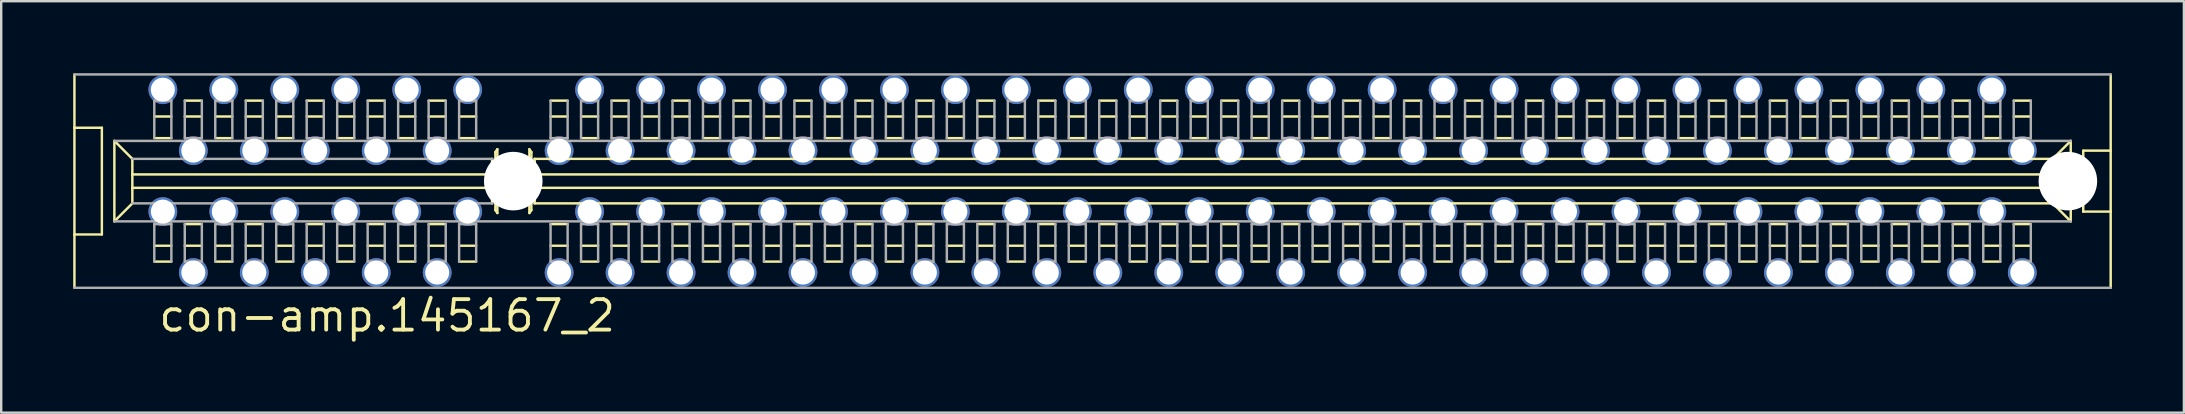
<source format=kicad_pcb>
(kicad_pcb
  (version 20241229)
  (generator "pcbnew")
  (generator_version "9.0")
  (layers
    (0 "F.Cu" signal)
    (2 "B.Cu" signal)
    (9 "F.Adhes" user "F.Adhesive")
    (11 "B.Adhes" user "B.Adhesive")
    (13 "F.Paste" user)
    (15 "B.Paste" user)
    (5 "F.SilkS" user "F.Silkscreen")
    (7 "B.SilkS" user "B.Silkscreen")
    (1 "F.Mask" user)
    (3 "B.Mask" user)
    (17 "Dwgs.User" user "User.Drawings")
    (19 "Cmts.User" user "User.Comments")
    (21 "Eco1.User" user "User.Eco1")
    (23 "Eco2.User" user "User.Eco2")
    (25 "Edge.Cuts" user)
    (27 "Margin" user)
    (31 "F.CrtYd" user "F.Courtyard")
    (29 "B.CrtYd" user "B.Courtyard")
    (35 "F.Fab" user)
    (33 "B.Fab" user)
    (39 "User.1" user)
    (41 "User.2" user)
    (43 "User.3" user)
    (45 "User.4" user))
  (footprint "con-amp.145167_2"
    (layer "F.Cu")
    (at 3.48 4.496)
    (property "Reference" "con-amp.145167_2" (at 0 6.35 0) (layer "F.SilkS") (effects (font (size 1.27 1.27) (thickness 0.16)) (justify left bottom)))
    (attr through_hole)
    (fp_line (start -3.429 -2.223) (end -3.429 -4.445) (stroke (width 0.102) (type default)) (layer "F.SilkS"))
    (fp_line (start -3.429 -2.223) (end -2.286 -2.223) (stroke (width 0.102) (type default)) (layer "F.SilkS"))
    (fp_line (start -3.429 2.223) (end -3.429 -2.223) (stroke (width 0.102) (type default)) (layer "F.SilkS"))
    (fp_line (start -3.429 2.223) (end -2.286 2.223) (stroke (width 0.102) (type default)) (layer "F.SilkS"))
    (fp_line (start -3.429 4.445) (end -3.429 2.223) (stroke (width 0.102) (type default)) (layer "F.SilkS"))
    (fp_line (start -2.286 -2.223) (end -2.286 2.223) (stroke (width 0.102) (type default)) (layer "F.SilkS"))
    (fp_line (start -1.765 -1.676) (end -1.016 -0.927) (stroke (width 0.102) (type default)) (layer "F.SilkS"))
    (fp_line (start -1.765 1.676) (end -1.765 -1.676) (stroke (width 0.102) (type default)) (layer "F.SilkS"))
    (fp_line (start -1.765 1.676) (end -1.016 0.927) (stroke (width 0.102) (type default)) (layer "F.SilkS"))
    (fp_line (start -1.016 -0.279) (end -1.016 -0.926) (stroke (width 0.102) (type default)) (layer "F.SilkS"))
    (fp_line (start -1.016 -0.279) (end 13.97 -0.279) (stroke (width 0.102) (type default)) (layer "F.SilkS"))
    (fp_line (start -1.016 0.279) (end -1.016 -0.279) (stroke (width 0.102) (type default)) (layer "F.SilkS"))
    (fp_line (start -1.016 0.279) (end 13.97 0.279) (stroke (width 0.102) (type default)) (layer "F.SilkS"))
    (fp_line (start -1.016 0.927) (end -1.016 0.279) (stroke (width 0.102) (type default)) (layer "F.SilkS"))
    (fp_line (start -0.102 -1.791) (end 0.61 -1.791) (stroke (width 0.102) (type default)) (layer "F.SilkS"))
    (fp_line (start -0.102 3.353) (end 0.61 3.353) (stroke (width 0.102) (type default)) (layer "F.SilkS"))
    (fp_line (start 0.61 -2.692) (end -0.102 -2.692) (stroke (width 0.102) (type default)) (layer "F.SilkS"))
    (fp_line (start 0.61 2.692) (end -0.102 2.692) (stroke (width 0.102) (type default)) (layer "F.SilkS"))
    (fp_line (start 1.168 -3.353) (end 1.879 -3.353) (stroke (width 0.102) (type default)) (layer "F.SilkS"))
    (fp_line (start 1.168 1.791) (end 1.879 1.791) (stroke (width 0.102) (type default)) (layer "F.SilkS"))
    (fp_line (start 1.879 -2.692) (end 1.168 -2.692) (stroke (width 0.102) (type default)) (layer "F.SilkS"))
    (fp_line (start 1.879 2.692) (end 1.168 2.692) (stroke (width 0.102) (type default)) (layer "F.SilkS"))
    (fp_line (start 2.438 -1.791) (end 3.15 -1.791) (stroke (width 0.102) (type default)) (layer "F.SilkS"))
    (fp_line (start 2.438 3.353) (end 3.15 3.353) (stroke (width 0.102) (type default)) (layer "F.SilkS"))
    (fp_line (start 3.15 -2.692) (end 2.438 -2.692) (stroke (width 0.102) (type default)) (layer "F.SilkS"))
    (fp_line (start 3.15 2.692) (end 2.438 2.692) (stroke (width 0.102) (type default)) (layer "F.SilkS"))
    (fp_line (start 3.708 -3.353) (end 4.42 -3.353) (stroke (width 0.102) (type default)) (layer "F.SilkS"))
    (fp_line (start 3.708 1.791) (end 4.42 1.791) (stroke (width 0.102) (type default)) (layer "F.SilkS"))
    (fp_line (start 4.42 -2.692) (end 3.708 -2.692) (stroke (width 0.102) (type default)) (layer "F.SilkS"))
    (fp_line (start 4.42 2.692) (end 3.708 2.692) (stroke (width 0.102) (type default)) (layer "F.SilkS"))
    (fp_line (start 4.978 -1.791) (end 5.689 -1.791) (stroke (width 0.102) (type default)) (layer "F.SilkS"))
    (fp_line (start 4.978 3.353) (end 5.689 3.353) (stroke (width 0.102) (type default)) (layer "F.SilkS"))
    (fp_line (start 5.689 -2.692) (end 4.978 -2.692) (stroke (width 0.102) (type default)) (layer "F.SilkS"))
    (fp_line (start 5.689 2.692) (end 4.978 2.692) (stroke (width 0.102) (type default)) (layer "F.SilkS"))
    (fp_line (start 6.248 -3.353) (end 6.96 -3.353) (stroke (width 0.102) (type default)) (layer "F.SilkS"))
    (fp_line (start 6.248 1.791) (end 6.96 1.791) (stroke (width 0.102) (type default)) (layer "F.SilkS"))
    (fp_line (start 6.96 -2.692) (end 6.248 -2.692) (stroke (width 0.102) (type default)) (layer "F.SilkS"))
    (fp_line (start 6.96 2.692) (end 6.248 2.692) (stroke (width 0.102) (type default)) (layer "F.SilkS"))
    (fp_line (start 7.518 -1.791) (end 8.229 -1.791) (stroke (width 0.102) (type default)) (layer "F.SilkS"))
    (fp_line (start 7.518 3.353) (end 8.229 3.353) (stroke (width 0.102) (type default)) (layer "F.SilkS"))
    (fp_line (start 8.229 -2.692) (end 7.518 -2.692) (stroke (width 0.102) (type default)) (layer "F.SilkS"))
    (fp_line (start 8.229 2.692) (end 7.518 2.692) (stroke (width 0.102) (type default)) (layer "F.SilkS"))
    (fp_line (start 8.788 -3.353) (end 9.499 -3.353) (stroke (width 0.102) (type default)) (layer "F.SilkS"))
    (fp_line (start 8.788 1.791) (end 9.499 1.791) (stroke (width 0.102) (type default)) (layer "F.SilkS"))
    (fp_line (start 9.499 -2.692) (end 8.788 -2.692) (stroke (width 0.102) (type default)) (layer "F.SilkS"))
    (fp_line (start 9.499 2.692) (end 8.788 2.692) (stroke (width 0.102) (type default)) (layer "F.SilkS"))
    (fp_line (start 10.058 -1.791) (end 10.77 -1.791) (stroke (width 0.102) (type default)) (layer "F.SilkS"))
    (fp_line (start 10.058 3.353) (end 10.77 3.353) (stroke (width 0.102) (type default)) (layer "F.SilkS"))
    (fp_line (start 10.77 -2.692) (end 10.058 -2.692) (stroke (width 0.102) (type default)) (layer "F.SilkS"))
    (fp_line (start 10.77 2.692) (end 10.058 2.692) (stroke (width 0.102) (type default)) (layer "F.SilkS"))
    (fp_line (start 11.328 -3.353) (end 12.04 -3.353) (stroke (width 0.102) (type default)) (layer "F.SilkS"))
    (fp_line (start 11.328 1.791) (end 12.04 1.791) (stroke (width 0.102) (type default)) (layer "F.SilkS"))
    (fp_line (start 12.04 -2.692) (end 11.328 -2.692) (stroke (width 0.102) (type default)) (layer "F.SilkS"))
    (fp_line (start 12.04 2.692) (end 11.328 2.692) (stroke (width 0.102) (type default)) (layer "F.SilkS"))
    (fp_line (start 12.598 -1.791) (end 13.309 -1.791) (stroke (width 0.102) (type default)) (layer "F.SilkS"))
    (fp_line (start 12.598 3.353) (end 13.309 3.353) (stroke (width 0.102) (type default)) (layer "F.SilkS"))
    (fp_line (start 13.309 -2.692) (end 12.598 -2.692) (stroke (width 0.102) (type default)) (layer "F.SilkS"))
    (fp_line (start 13.309 2.692) (end 12.598 2.692) (stroke (width 0.102) (type default)) (layer "F.SilkS"))
    (fp_line (start 13.97 -0.927) (end 13.97 -0.279) (stroke (width 0.102) (type default)) (layer "F.SilkS"))
    (fp_line (start 13.97 -0.278) (end 13.97 0.279) (stroke (width 0.102) (type default)) (layer "F.SilkS"))
    (fp_line (start 13.97 0.279) (end 13.97 0.929) (stroke (width 0.102) (type default)) (layer "F.SilkS"))
    (fp_line (start 14.108 -1.208) (end 14.108 1.208) (stroke (width 0.102) (type default)) (layer "F.SilkS"))
    (fp_line (start 14.192 -1.329) (end 14.108 -1.208) (stroke (width 0.102) (type default)) (layer "F.SilkS"))
    (fp_line (start 14.192 -1.329) (end 14.192 1.329) (stroke (width 0.102) (type default)) (layer "F.SilkS"))
    (fp_line (start 14.192 1.329) (end 14.108 1.208) (stroke (width 0.102) (type default)) (layer "F.SilkS"))
    (fp_line (start 15.525 -1.329) (end 15.525 1.329) (stroke (width 0.102) (type default)) (layer "F.SilkS"))
    (fp_line (start 15.61 -1.208) (end 15.525 -1.329) (stroke (width 0.102) (type default)) (layer "F.SilkS"))
    (fp_line (start 15.61 -1.208) (end 15.61 1.208) (stroke (width 0.102) (type default)) (layer "F.SilkS"))
    (fp_line (start 15.61 1.208) (end 15.525 1.329) (stroke (width 0.102) (type default)) (layer "F.SilkS"))
    (fp_line (start 15.732 -0.927) (end 78.994 -0.927) (stroke (width 0.102) (type default)) (layer "F.SilkS"))
    (fp_line (start 15.748 -0.927) (end 15.748 -0.279) (stroke (width 0.102) (type default)) (layer "F.SilkS"))
    (fp_line (start 15.748 -0.279) (end 15.748 0.279) (stroke (width 0.102) (type default)) (layer "F.SilkS"))
    (fp_line (start 15.748 -0.279) (end 78.994 -0.279) (stroke (width 0.102) (type default)) (layer "F.SilkS"))
    (fp_line (start 15.748 0.279) (end 15.748 0.927) (stroke (width 0.102) (type default)) (layer "F.SilkS"))
    (fp_line (start 15.748 0.279) (end 78.994 0.279) (stroke (width 0.102) (type default)) (layer "F.SilkS"))
    (fp_line (start 16.408 -3.353) (end 17.119 -3.353) (stroke (width 0.102) (type default)) (layer "F.SilkS"))
    (fp_line (start 16.408 1.791) (end 17.119 1.791) (stroke (width 0.102) (type default)) (layer "F.SilkS"))
    (fp_line (start 17.119 -2.692) (end 16.408 -2.692) (stroke (width 0.102) (type default)) (layer "F.SilkS"))
    (fp_line (start 17.119 2.692) (end 16.408 2.692) (stroke (width 0.102) (type default)) (layer "F.SilkS"))
    (fp_line (start 17.678 -1.791) (end 18.39 -1.791) (stroke (width 0.102) (type default)) (layer "F.SilkS"))
    (fp_line (start 17.678 3.353) (end 18.39 3.353) (stroke (width 0.102) (type default)) (layer "F.SilkS"))
    (fp_line (start 18.39 -2.692) (end 17.678 -2.692) (stroke (width 0.102) (type default)) (layer "F.SilkS"))
    (fp_line (start 18.39 2.692) (end 17.678 2.692) (stroke (width 0.102) (type default)) (layer "F.SilkS"))
    (fp_line (start 18.948 -3.353) (end 19.66 -3.353) (stroke (width 0.102) (type default)) (layer "F.SilkS"))
    (fp_line (start 18.948 1.791) (end 19.66 1.791) (stroke (width 0.102) (type default)) (layer "F.SilkS"))
    (fp_line (start 19.66 -2.692) (end 18.948 -2.692) (stroke (width 0.102) (type default)) (layer "F.SilkS"))
    (fp_line (start 19.66 2.692) (end 18.948 2.692) (stroke (width 0.102) (type default)) (layer "F.SilkS"))
    (fp_line (start 20.218 -1.791) (end 20.93 -1.791) (stroke (width 0.102) (type default)) (layer "F.SilkS"))
    (fp_line (start 20.218 3.353) (end 20.93 3.353) (stroke (width 0.102) (type default)) (layer "F.SilkS"))
    (fp_line (start 20.93 -2.692) (end 20.218 -2.692) (stroke (width 0.102) (type default)) (layer "F.SilkS"))
    (fp_line (start 20.93 2.692) (end 20.218 2.692) (stroke (width 0.102) (type default)) (layer "F.SilkS"))
    (fp_line (start 21.488 -3.353) (end 22.2 -3.353) (stroke (width 0.102) (type default)) (layer "F.SilkS"))
    (fp_line (start 21.488 1.791) (end 22.2 1.791) (stroke (width 0.102) (type default)) (layer "F.SilkS"))
    (fp_line (start 22.2 -2.692) (end 21.488 -2.692) (stroke (width 0.102) (type default)) (layer "F.SilkS"))
    (fp_line (start 22.2 2.692) (end 21.488 2.692) (stroke (width 0.102) (type default)) (layer "F.SilkS"))
    (fp_line (start 22.758 -1.791) (end 23.47 -1.791) (stroke (width 0.102) (type default)) (layer "F.SilkS"))
    (fp_line (start 22.758 3.353) (end 23.47 3.353) (stroke (width 0.102) (type default)) (layer "F.SilkS"))
    (fp_line (start 23.47 -2.692) (end 22.758 -2.692) (stroke (width 0.102) (type default)) (layer "F.SilkS"))
    (fp_line (start 23.47 2.692) (end 22.758 2.692) (stroke (width 0.102) (type default)) (layer "F.SilkS"))
    (fp_line (start 24.028 -3.353) (end 24.739 -3.353) (stroke (width 0.102) (type default)) (layer "F.SilkS"))
    (fp_line (start 24.028 1.791) (end 24.739 1.791) (stroke (width 0.102) (type default)) (layer "F.SilkS"))
    (fp_line (start 24.739 -2.692) (end 24.028 -2.692) (stroke (width 0.102) (type default)) (layer "F.SilkS"))
    (fp_line (start 24.739 2.692) (end 24.028 2.692) (stroke (width 0.102) (type default)) (layer "F.SilkS"))
    (fp_line (start 25.298 -1.791) (end 26.009 -1.791) (stroke (width 0.102) (type default)) (layer "F.SilkS"))
    (fp_line (start 25.298 3.353) (end 26.009 3.353) (stroke (width 0.102) (type default)) (layer "F.SilkS"))
    (fp_line (start 26.009 -2.692) (end 25.298 -2.692) (stroke (width 0.102) (type default)) (layer "F.SilkS"))
    (fp_line (start 26.009 2.692) (end 25.298 2.692) (stroke (width 0.102) (type default)) (layer "F.SilkS"))
    (fp_line (start 26.568 -3.353) (end 27.279 -3.353) (stroke (width 0.102) (type default)) (layer "F.SilkS"))
    (fp_line (start 26.568 1.791) (end 27.279 1.791) (stroke (width 0.102) (type default)) (layer "F.SilkS"))
    (fp_line (start 27.279 -2.692) (end 26.568 -2.692) (stroke (width 0.102) (type default)) (layer "F.SilkS"))
    (fp_line (start 27.279 2.692) (end 26.568 2.692) (stroke (width 0.102) (type default)) (layer "F.SilkS"))
    (fp_line (start 27.838 -1.791) (end 28.549 -1.791) (stroke (width 0.102) (type default)) (layer "F.SilkS"))
    (fp_line (start 27.838 3.353) (end 28.549 3.353) (stroke (width 0.102) (type default)) (layer "F.SilkS"))
    (fp_line (start 28.549 -2.692) (end 27.838 -2.692) (stroke (width 0.102) (type default)) (layer "F.SilkS"))
    (fp_line (start 28.549 2.692) (end 27.838 2.692) (stroke (width 0.102) (type default)) (layer "F.SilkS"))
    (fp_line (start 29.108 -3.353) (end 29.82 -3.353) (stroke (width 0.102) (type default)) (layer "F.SilkS"))
    (fp_line (start 29.108 1.791) (end 29.82 1.791) (stroke (width 0.102) (type default)) (layer "F.SilkS"))
    (fp_line (start 29.82 -2.692) (end 29.108 -2.692) (stroke (width 0.102) (type default)) (layer "F.SilkS"))
    (fp_line (start 29.82 2.692) (end 29.108 2.692) (stroke (width 0.102) (type default)) (layer "F.SilkS"))
    (fp_line (start 30.378 -1.791) (end 31.09 -1.791) (stroke (width 0.102) (type default)) (layer "F.SilkS"))
    (fp_line (start 30.378 3.353) (end 31.09 3.353) (stroke (width 0.102) (type default)) (layer "F.SilkS"))
    (fp_line (start 31.09 -2.692) (end 30.378 -2.692) (stroke (width 0.102) (type default)) (layer "F.SilkS"))
    (fp_line (start 31.09 2.692) (end 30.378 2.692) (stroke (width 0.102) (type default)) (layer "F.SilkS"))
    (fp_line (start 31.648 -3.353) (end 32.359 -3.353) (stroke (width 0.102) (type default)) (layer "F.SilkS"))
    (fp_line (start 31.648 1.791) (end 32.359 1.791) (stroke (width 0.102) (type default)) (layer "F.SilkS"))
    (fp_line (start 32.359 -2.692) (end 31.648 -2.692) (stroke (width 0.102) (type default)) (layer "F.SilkS"))
    (fp_line (start 32.359 2.692) (end 31.648 2.692) (stroke (width 0.102) (type default)) (layer "F.SilkS"))
    (fp_line (start 32.918 -1.791) (end 33.63 -1.791) (stroke (width 0.102) (type default)) (layer "F.SilkS"))
    (fp_line (start 32.918 3.353) (end 33.63 3.353) (stroke (width 0.102) (type default)) (layer "F.SilkS"))
    (fp_line (start 33.63 -2.692) (end 32.918 -2.692) (stroke (width 0.102) (type default)) (layer "F.SilkS"))
    (fp_line (start 33.63 2.692) (end 32.918 2.692) (stroke (width 0.102) (type default)) (layer "F.SilkS"))
    (fp_line (start 34.188 -3.353) (end 34.9 -3.353) (stroke (width 0.102) (type default)) (layer "F.SilkS"))
    (fp_line (start 34.188 1.791) (end 34.9 1.791) (stroke (width 0.102) (type default)) (layer "F.SilkS"))
    (fp_line (start 34.9 -2.692) (end 34.188 -2.692) (stroke (width 0.102) (type default)) (layer "F.SilkS"))
    (fp_line (start 34.9 2.692) (end 34.188 2.692) (stroke (width 0.102) (type default)) (layer "F.SilkS"))
    (fp_line (start 35.458 -1.791) (end 36.169 -1.791) (stroke (width 0.102) (type default)) (layer "F.SilkS"))
    (fp_line (start 35.458 3.353) (end 36.169 3.353) (stroke (width 0.102) (type default)) (layer "F.SilkS"))
    (fp_line (start 36.169 -2.692) (end 35.458 -2.692) (stroke (width 0.102) (type default)) (layer "F.SilkS"))
    (fp_line (start 36.169 2.692) (end 35.458 2.692) (stroke (width 0.102) (type default)) (layer "F.SilkS"))
    (fp_line (start 36.728 -3.353) (end 37.44 -3.353) (stroke (width 0.102) (type default)) (layer "F.SilkS"))
    (fp_line (start 36.728 1.791) (end 37.44 1.791) (stroke (width 0.102) (type default)) (layer "F.SilkS"))
    (fp_line (start 37.44 -2.692) (end 36.728 -2.692) (stroke (width 0.102) (type default)) (layer "F.SilkS"))
    (fp_line (start 37.44 2.692) (end 36.728 2.692) (stroke (width 0.102) (type default)) (layer "F.SilkS"))
    (fp_line (start 37.998 -1.791) (end 38.709 -1.791) (stroke (width 0.102) (type default)) (layer "F.SilkS"))
    (fp_line (start 37.998 3.353) (end 38.709 3.353) (stroke (width 0.102) (type default)) (layer "F.SilkS"))
    (fp_line (start 38.709 -2.692) (end 37.998 -2.692) (stroke (width 0.102) (type default)) (layer "F.SilkS"))
    (fp_line (start 38.709 2.692) (end 37.998 2.692) (stroke (width 0.102) (type default)) (layer "F.SilkS"))
    (fp_line (start 39.268 -3.353) (end 39.98 -3.353) (stroke (width 0.102) (type default)) (layer "F.SilkS"))
    (fp_line (start 39.268 1.791) (end 39.98 1.791) (stroke (width 0.102) (type default)) (layer "F.SilkS"))
    (fp_line (start 39.98 -2.692) (end 39.268 -2.692) (stroke (width 0.102) (type default)) (layer "F.SilkS"))
    (fp_line (start 39.98 2.692) (end 39.268 2.692) (stroke (width 0.102) (type default)) (layer "F.SilkS"))
    (fp_line (start 40.538 -1.791) (end 41.249 -1.791) (stroke (width 0.102) (type default)) (layer "F.SilkS"))
    (fp_line (start 40.538 3.353) (end 41.249 3.353) (stroke (width 0.102) (type default)) (layer "F.SilkS"))
    (fp_line (start 41.249 -2.692) (end 40.538 -2.692) (stroke (width 0.102) (type default)) (layer "F.SilkS"))
    (fp_line (start 41.249 2.692) (end 40.538 2.692) (stroke (width 0.102) (type default)) (layer "F.SilkS"))
    (fp_line (start 41.808 -3.353) (end 42.52 -3.353) (stroke (width 0.102) (type default)) (layer "F.SilkS"))
    (fp_line (start 41.808 1.791) (end 42.52 1.791) (stroke (width 0.102) (type default)) (layer "F.SilkS"))
    (fp_line (start 42.52 -2.692) (end 41.808 -2.692) (stroke (width 0.102) (type default)) (layer "F.SilkS"))
    (fp_line (start 42.52 2.692) (end 41.808 2.692) (stroke (width 0.102) (type default)) (layer "F.SilkS"))
    (fp_line (start 43.078 -1.791) (end 43.789 -1.791) (stroke (width 0.102) (type default)) (layer "F.SilkS"))
    (fp_line (start 43.078 3.353) (end 43.789 3.353) (stroke (width 0.102) (type default)) (layer "F.SilkS"))
    (fp_line (start 43.789 -2.692) (end 43.078 -2.692) (stroke (width 0.102) (type default)) (layer "F.SilkS"))
    (fp_line (start 43.789 2.692) (end 43.078 2.692) (stroke (width 0.102) (type default)) (layer "F.SilkS"))
    (fp_line (start 44.348 -3.353) (end 45.059 -3.353) (stroke (width 0.102) (type default)) (layer "F.SilkS"))
    (fp_line (start 44.348 1.791) (end 45.059 1.791) (stroke (width 0.102) (type default)) (layer "F.SilkS"))
    (fp_line (start 45.059 -2.692) (end 44.348 -2.692) (stroke (width 0.102) (type default)) (layer "F.SilkS"))
    (fp_line (start 45.059 2.692) (end 44.348 2.692) (stroke (width 0.102) (type default)) (layer "F.SilkS"))
    (fp_line (start 45.618 -1.791) (end 46.33 -1.791) (stroke (width 0.102) (type default)) (layer "F.SilkS"))
    (fp_line (start 45.618 3.353) (end 46.33 3.353) (stroke (width 0.102) (type default)) (layer "F.SilkS"))
    (fp_line (start 46.33 -2.692) (end 45.618 -2.692) (stroke (width 0.102) (type default)) (layer "F.SilkS"))
    (fp_line (start 46.33 2.692) (end 45.618 2.692) (stroke (width 0.102) (type default)) (layer "F.SilkS"))
    (fp_line (start 46.888 -3.353) (end 47.599 -3.353) (stroke (width 0.102) (type default)) (layer "F.SilkS"))
    (fp_line (start 46.888 1.791) (end 47.599 1.791) (stroke (width 0.102) (type default)) (layer "F.SilkS"))
    (fp_line (start 47.599 -2.692) (end 46.888 -2.692) (stroke (width 0.102) (type default)) (layer "F.SilkS"))
    (fp_line (start 47.599 2.692) (end 46.888 2.692) (stroke (width 0.102) (type default)) (layer "F.SilkS"))
    (fp_line (start 48.158 -1.791) (end 48.87 -1.791) (stroke (width 0.102) (type default)) (layer "F.SilkS"))
    (fp_line (start 48.158 3.353) (end 48.87 3.353) (stroke (width 0.102) (type default)) (layer "F.SilkS"))
    (fp_line (start 48.87 -2.692) (end 48.158 -2.692) (stroke (width 0.102) (type default)) (layer "F.SilkS"))
    (fp_line (start 48.87 2.692) (end 48.158 2.692) (stroke (width 0.102) (type default)) (layer "F.SilkS"))
    (fp_line (start 49.428 -3.353) (end 50.139 -3.353) (stroke (width 0.102) (type default)) (layer "F.SilkS"))
    (fp_line (start 49.428 1.791) (end 50.139 1.791) (stroke (width 0.102) (type default)) (layer "F.SilkS"))
    (fp_line (start 50.139 -2.692) (end 49.428 -2.692) (stroke (width 0.102) (type default)) (layer "F.SilkS"))
    (fp_line (start 50.139 2.692) (end 49.428 2.692) (stroke (width 0.102) (type default)) (layer "F.SilkS"))
    (fp_line (start 50.698 -1.791) (end 51.41 -1.791) (stroke (width 0.102) (type default)) (layer "F.SilkS"))
    (fp_line (start 50.698 3.353) (end 51.41 3.353) (stroke (width 0.102) (type default)) (layer "F.SilkS"))
    (fp_line (start 51.41 -2.692) (end 50.698 -2.692) (stroke (width 0.102) (type default)) (layer "F.SilkS"))
    (fp_line (start 51.41 2.692) (end 50.698 2.692) (stroke (width 0.102) (type default)) (layer "F.SilkS"))
    (fp_line (start 51.968 -3.353) (end 52.679 -3.353) (stroke (width 0.102) (type default)) (layer "F.SilkS"))
    (fp_line (start 51.968 1.791) (end 52.679 1.791) (stroke (width 0.102) (type default)) (layer "F.SilkS"))
    (fp_line (start 52.679 -2.692) (end 51.968 -2.692) (stroke (width 0.102) (type default)) (layer "F.SilkS"))
    (fp_line (start 52.679 2.692) (end 51.968 2.692) (stroke (width 0.102) (type default)) (layer "F.SilkS"))
    (fp_line (start 53.238 -1.791) (end 53.95 -1.791) (stroke (width 0.102) (type default)) (layer "F.SilkS"))
    (fp_line (start 53.238 3.353) (end 53.95 3.353) (stroke (width 0.102) (type default)) (layer "F.SilkS"))
    (fp_line (start 53.95 -2.692) (end 53.238 -2.692) (stroke (width 0.102) (type default)) (layer "F.SilkS"))
    (fp_line (start 53.95 2.692) (end 53.238 2.692) (stroke (width 0.102) (type default)) (layer "F.SilkS"))
    (fp_line (start 54.508 -3.353) (end 55.219 -3.353) (stroke (width 0.102) (type default)) (layer "F.SilkS"))
    (fp_line (start 54.508 1.791) (end 55.219 1.791) (stroke (width 0.102) (type default)) (layer "F.SilkS"))
    (fp_line (start 55.219 -2.692) (end 54.508 -2.692) (stroke (width 0.102) (type default)) (layer "F.SilkS"))
    (fp_line (start 55.219 2.692) (end 54.508 2.692) (stroke (width 0.102) (type default)) (layer "F.SilkS"))
    (fp_line (start 55.778 -1.791) (end 56.489 -1.791) (stroke (width 0.102) (type default)) (layer "F.SilkS"))
    (fp_line (start 55.778 3.353) (end 56.489 3.353) (stroke (width 0.102) (type default)) (layer "F.SilkS"))
    (fp_line (start 56.489 -2.692) (end 55.778 -2.692) (stroke (width 0.102) (type default)) (layer "F.SilkS"))
    (fp_line (start 56.489 2.692) (end 55.778 2.692) (stroke (width 0.102) (type default)) (layer "F.SilkS"))
    (fp_line (start 57.048 -3.353) (end 57.76 -3.353) (stroke (width 0.102) (type default)) (layer "F.SilkS"))
    (fp_line (start 57.048 1.791) (end 57.76 1.791) (stroke (width 0.102) (type default)) (layer "F.SilkS"))
    (fp_line (start 57.76 -2.692) (end 57.048 -2.692) (stroke (width 0.102) (type default)) (layer "F.SilkS"))
    (fp_line (start 57.76 2.692) (end 57.048 2.692) (stroke (width 0.102) (type default)) (layer "F.SilkS"))
    (fp_line (start 58.318 -1.791) (end 59.029 -1.791) (stroke (width 0.102) (type default)) (layer "F.SilkS"))
    (fp_line (start 58.318 3.353) (end 59.029 3.353) (stroke (width 0.102) (type default)) (layer "F.SilkS"))
    (fp_line (start 59.029 -2.692) (end 58.318 -2.692) (stroke (width 0.102) (type default)) (layer "F.SilkS"))
    (fp_line (start 59.029 2.692) (end 58.318 2.692) (stroke (width 0.102) (type default)) (layer "F.SilkS"))
    (fp_line (start 59.588 -3.353) (end 60.3 -3.353) (stroke (width 0.102) (type default)) (layer "F.SilkS"))
    (fp_line (start 59.588 1.791) (end 60.3 1.791) (stroke (width 0.102) (type default)) (layer "F.SilkS"))
    (fp_line (start 60.3 -2.692) (end 59.588 -2.692) (stroke (width 0.102) (type default)) (layer "F.SilkS"))
    (fp_line (start 60.3 2.692) (end 59.588 2.692) (stroke (width 0.102) (type default)) (layer "F.SilkS"))
    (fp_line (start 60.858 -1.791) (end 61.569 -1.791) (stroke (width 0.102) (type default)) (layer "F.SilkS"))
    (fp_line (start 60.858 3.353) (end 61.569 3.353) (stroke (width 0.102) (type default)) (layer "F.SilkS"))
    (fp_line (start 61.569 -2.692) (end 60.858 -2.692) (stroke (width 0.102) (type default)) (layer "F.SilkS"))
    (fp_line (start 61.569 2.692) (end 60.858 2.692) (stroke (width 0.102) (type default)) (layer "F.SilkS"))
    (fp_line (start 62.128 -3.353) (end 62.84 -3.353) (stroke (width 0.102) (type default)) (layer "F.SilkS"))
    (fp_line (start 62.128 1.791) (end 62.84 1.791) (stroke (width 0.102) (type default)) (layer "F.SilkS"))
    (fp_line (start 62.84 -2.692) (end 62.128 -2.692) (stroke (width 0.102) (type default)) (layer "F.SilkS"))
    (fp_line (start 62.84 2.692) (end 62.128 2.692) (stroke (width 0.102) (type default)) (layer "F.SilkS"))
    (fp_line (start 63.398 -1.791) (end 64.109 -1.791) (stroke (width 0.102) (type default)) (layer "F.SilkS"))
    (fp_line (start 63.398 3.353) (end 64.109 3.353) (stroke (width 0.102) (type default)) (layer "F.SilkS"))
    (fp_line (start 64.109 -2.692) (end 63.398 -2.692) (stroke (width 0.102) (type default)) (layer "F.SilkS"))
    (fp_line (start 64.109 2.692) (end 63.398 2.692) (stroke (width 0.102) (type default)) (layer "F.SilkS"))
    (fp_line (start 64.668 -3.353) (end 65.379 -3.353) (stroke (width 0.102) (type default)) (layer "F.SilkS"))
    (fp_line (start 64.668 1.791) (end 65.379 1.791) (stroke (width 0.102) (type default)) (layer "F.SilkS"))
    (fp_line (start 65.379 -2.692) (end 64.668 -2.692) (stroke (width 0.102) (type default)) (layer "F.SilkS"))
    (fp_line (start 65.379 2.692) (end 64.668 2.692) (stroke (width 0.102) (type default)) (layer "F.SilkS"))
    (fp_line (start 65.938 -1.791) (end 66.65 -1.791) (stroke (width 0.102) (type default)) (layer "F.SilkS"))
    (fp_line (start 65.938 3.353) (end 66.65 3.353) (stroke (width 0.102) (type default)) (layer "F.SilkS"))
    (fp_line (start 66.65 -2.692) (end 65.938 -2.692) (stroke (width 0.102) (type default)) (layer "F.SilkS"))
    (fp_line (start 66.65 2.692) (end 65.938 2.692) (stroke (width 0.102) (type default)) (layer "F.SilkS"))
    (fp_line (start 67.208 -3.353) (end 67.919 -3.353) (stroke (width 0.102) (type default)) (layer "F.SilkS"))
    (fp_line (start 67.208 1.791) (end 67.919 1.791) (stroke (width 0.102) (type default)) (layer "F.SilkS"))
    (fp_line (start 67.919 -2.692) (end 67.208 -2.692) (stroke (width 0.102) (type default)) (layer "F.SilkS"))
    (fp_line (start 67.919 2.692) (end 67.208 2.692) (stroke (width 0.102) (type default)) (layer "F.SilkS"))
    (fp_line (start 68.478 -1.791) (end 69.189 -1.791) (stroke (width 0.102) (type default)) (layer "F.SilkS"))
    (fp_line (start 68.478 3.353) (end 69.189 3.353) (stroke (width 0.102) (type default)) (layer "F.SilkS"))
    (fp_line (start 69.189 -2.692) (end 68.478 -2.692) (stroke (width 0.102) (type default)) (layer "F.SilkS"))
    (fp_line (start 69.189 2.692) (end 68.478 2.692) (stroke (width 0.102) (type default)) (layer "F.SilkS"))
    (fp_line (start 69.748 -3.353) (end 70.46 -3.353) (stroke (width 0.102) (type default)) (layer "F.SilkS"))
    (fp_line (start 69.748 1.791) (end 70.46 1.791) (stroke (width 0.102) (type default)) (layer "F.SilkS"))
    (fp_line (start 70.46 -2.692) (end 69.748 -2.692) (stroke (width 0.102) (type default)) (layer "F.SilkS"))
    (fp_line (start 70.46 2.692) (end 69.748 2.692) (stroke (width 0.102) (type default)) (layer "F.SilkS"))
    (fp_line (start 71.018 -1.791) (end 71.73 -1.791) (stroke (width 0.102) (type default)) (layer "F.SilkS"))
    (fp_line (start 71.018 3.353) (end 71.73 3.353) (stroke (width 0.102) (type default)) (layer "F.SilkS"))
    (fp_line (start 71.73 -2.692) (end 71.018 -2.692) (stroke (width 0.102) (type default)) (layer "F.SilkS"))
    (fp_line (start 71.73 2.692) (end 71.018 2.692) (stroke (width 0.102) (type default)) (layer "F.SilkS"))
    (fp_line (start 72.288 -3.353) (end 72.999 -3.353) (stroke (width 0.102) (type default)) (layer "F.SilkS"))
    (fp_line (start 72.288 1.791) (end 72.999 1.791) (stroke (width 0.102) (type default)) (layer "F.SilkS"))
    (fp_line (start 72.999 -2.692) (end 72.288 -2.692) (stroke (width 0.102) (type default)) (layer "F.SilkS"))
    (fp_line (start 72.999 2.692) (end 72.288 2.692) (stroke (width 0.102) (type default)) (layer "F.SilkS"))
    (fp_line (start 73.558 -1.791) (end 74.269 -1.791) (stroke (width 0.102) (type default)) (layer "F.SilkS"))
    (fp_line (start 73.558 3.353) (end 74.269 3.353) (stroke (width 0.102) (type default)) (layer "F.SilkS"))
    (fp_line (start 74.269 -2.692) (end 73.558 -2.692) (stroke (width 0.102) (type default)) (layer "F.SilkS"))
    (fp_line (start 74.269 2.692) (end 73.558 2.692) (stroke (width 0.102) (type default)) (layer "F.SilkS"))
    (fp_line (start 74.828 -3.353) (end 75.54 -3.353) (stroke (width 0.102) (type default)) (layer "F.SilkS"))
    (fp_line (start 74.828 1.791) (end 75.54 1.791) (stroke (width 0.102) (type default)) (layer "F.SilkS"))
    (fp_line (start 75.54 -2.692) (end 74.828 -2.692) (stroke (width 0.102) (type default)) (layer "F.SilkS"))
    (fp_line (start 75.54 2.692) (end 74.828 2.692) (stroke (width 0.102) (type default)) (layer "F.SilkS"))
    (fp_line (start 76.098 -1.791) (end 76.809 -1.791) (stroke (width 0.102) (type default)) (layer "F.SilkS"))
    (fp_line (start 76.098 3.353) (end 76.809 3.353) (stroke (width 0.102) (type default)) (layer "F.SilkS"))
    (fp_line (start 76.809 -2.692) (end 76.098 -2.692) (stroke (width 0.102) (type default)) (layer "F.SilkS"))
    (fp_line (start 76.809 2.692) (end 76.098 2.692) (stroke (width 0.102) (type default)) (layer "F.SilkS"))
    (fp_line (start 77.368 -3.353) (end 78.079 -3.353) (stroke (width 0.102) (type default)) (layer "F.SilkS"))
    (fp_line (start 77.368 1.791) (end 78.079 1.791) (stroke (width 0.102) (type default)) (layer "F.SilkS"))
    (fp_line (start 78.079 -2.692) (end 77.368 -2.692) (stroke (width 0.102) (type default)) (layer "F.SilkS"))
    (fp_line (start 78.079 2.692) (end 77.368 2.692) (stroke (width 0.102) (type default)) (layer "F.SilkS"))
    (fp_line (start 78.994 -0.927) (end 78.994 0.927) (stroke (width 0.102) (type default)) (layer "F.SilkS"))
    (fp_line (start 78.994 0.927) (end 15.732 0.927) (stroke (width 0.102) (type default)) (layer "F.SilkS"))
    (fp_line (start 79.743 -1.676) (end 78.994 -0.927) (stroke (width 0.102) (type default)) (layer "F.SilkS"))
    (fp_line (start 79.743 -1.676) (end 79.743 1.676) (stroke (width 0.102) (type default)) (layer "F.SilkS"))
    (fp_line (start 79.743 1.676) (end 78.994 0.927) (stroke (width 0.102) (type default)) (layer "F.SilkS"))
    (fp_line (start 80.264 1.27) (end 80.264 -1.27) (stroke (width 0.102) (type default)) (layer "F.SilkS"))
    (fp_line (start 81.407 -1.27) (end 80.264 -1.27) (stroke (width 0.102) (type default)) (layer "F.SilkS"))
    (fp_line (start 81.407 1.27) (end 80.264 1.27) (stroke (width 0.102) (type default)) (layer "F.SilkS"))
    (fp_line (start 81.407 4.445) (end 81.407 -4.445) (stroke (width 0.102) (type default)) (layer "F.SilkS"))
    (fp_line (start -1.765 -1.676) (end 79.743 -1.676) (stroke (width 0.102) (type default)) (layer "F.Fab"))
    (fp_line (start -1.016 -0.927) (end 13.986 -0.927) (stroke (width 0.102) (type default)) (layer "F.Fab"))
    (fp_line (start -0.102 -3.353) (end 0.61 -3.353) (stroke (width 0.102) (type default)) (layer "F.Fab"))
    (fp_line (start -0.102 -1.791) (end -0.102 -3.353) (stroke (width 0.102) (type default)) (layer "F.Fab"))
    (fp_line (start -0.102 1.791) (end 0.61 1.791) (stroke (width 0.102) (type default)) (layer "F.Fab"))
    (fp_line (start -0.102 3.353) (end -0.102 1.791) (stroke (width 0.102) (type default)) (layer "F.Fab"))
    (fp_line (start 0.61 -1.791) (end 0.61 -3.353) (stroke (width 0.102) (type default)) (layer "F.Fab"))
    (fp_line (start 0.61 3.353) (end 0.61 1.791) (stroke (width 0.102) (type default)) (layer "F.Fab"))
    (fp_line (start 1.168 -1.791) (end 1.168 -3.353) (stroke (width 0.102) (type default)) (layer "F.Fab"))
    (fp_line (start 1.168 -1.791) (end 1.879 -1.791) (stroke (width 0.102) (type default)) (layer "F.Fab"))
    (fp_line (start 1.168 3.353) (end 1.168 1.791) (stroke (width 0.102) (type default)) (layer "F.Fab"))
    (fp_line (start 1.168 3.353) (end 1.879 3.353) (stroke (width 0.102) (type default)) (layer "F.Fab"))
    (fp_line (start 1.879 -1.791) (end 1.879 -3.353) (stroke (width 0.102) (type default)) (layer "F.Fab"))
    (fp_line (start 1.879 3.353) (end 1.879 1.791) (stroke (width 0.102) (type default)) (layer "F.Fab"))
    (fp_line (start 2.438 -3.353) (end 3.15 -3.353) (stroke (width 0.102) (type default)) (layer "F.Fab"))
    (fp_line (start 2.438 -1.791) (end 2.438 -3.353) (stroke (width 0.102) (type default)) (layer "F.Fab"))
    (fp_line (start 2.438 1.791) (end 3.15 1.791) (stroke (width 0.102) (type default)) (layer "F.Fab"))
    (fp_line (start 2.438 3.353) (end 2.438 1.791) (stroke (width 0.102) (type default)) (layer "F.Fab"))
    (fp_line (start 3.15 -1.791) (end 3.15 -3.353) (stroke (width 0.102) (type default)) (layer "F.Fab"))
    (fp_line (start 3.15 3.353) (end 3.15 1.791) (stroke (width 0.102) (type default)) (layer "F.Fab"))
    (fp_line (start 3.708 -1.791) (end 3.708 -3.353) (stroke (width 0.102) (type default)) (layer "F.Fab"))
    (fp_line (start 3.708 -1.791) (end 4.42 -1.791) (stroke (width 0.102) (type default)) (layer "F.Fab"))
    (fp_line (start 3.708 3.353) (end 3.708 1.791) (stroke (width 0.102) (type default)) (layer "F.Fab"))
    (fp_line (start 3.708 3.353) (end 4.42 3.353) (stroke (width 0.102) (type default)) (layer "F.Fab"))
    (fp_line (start 4.42 -1.791) (end 4.42 -3.353) (stroke (width 0.102) (type default)) (layer "F.Fab"))
    (fp_line (start 4.42 3.353) (end 4.42 1.791) (stroke (width 0.102) (type default)) (layer "F.Fab"))
    (fp_line (start 4.978 -3.353) (end 5.689 -3.353) (stroke (width 0.102) (type default)) (layer "F.Fab"))
    (fp_line (start 4.978 -1.791) (end 4.978 -3.353) (stroke (width 0.102) (type default)) (layer "F.Fab"))
    (fp_line (start 4.978 1.791) (end 5.689 1.791) (stroke (width 0.102) (type default)) (layer "F.Fab"))
    (fp_line (start 4.978 3.353) (end 4.978 1.791) (stroke (width 0.102) (type default)) (layer "F.Fab"))
    (fp_line (start 5.689 -1.791) (end 5.689 -3.353) (stroke (width 0.102) (type default)) (layer "F.Fab"))
    (fp_line (start 5.689 3.353) (end 5.689 1.791) (stroke (width 0.102) (type default)) (layer "F.Fab"))
    (fp_line (start 6.248 -1.791) (end 6.248 -3.353) (stroke (width 0.102) (type default)) (layer "F.Fab"))
    (fp_line (start 6.248 -1.791) (end 6.96 -1.791) (stroke (width 0.102) (type default)) (layer "F.Fab"))
    (fp_line (start 6.248 3.353) (end 6.248 1.791) (stroke (width 0.102) (type default)) (layer "F.Fab"))
    (fp_line (start 6.248 3.353) (end 6.96 3.353) (stroke (width 0.102) (type default)) (layer "F.Fab"))
    (fp_line (start 6.96 -1.791) (end 6.96 -3.353) (stroke (width 0.102) (type default)) (layer "F.Fab"))
    (fp_line (start 6.96 3.353) (end 6.96 1.791) (stroke (width 0.102) (type default)) (layer "F.Fab"))
    (fp_line (start 7.518 -3.353) (end 8.229 -3.353) (stroke (width 0.102) (type default)) (layer "F.Fab"))
    (fp_line (start 7.518 -1.791) (end 7.518 -3.353) (stroke (width 0.102) (type default)) (layer "F.Fab"))
    (fp_line (start 7.518 1.791) (end 8.229 1.791) (stroke (width 0.102) (type default)) (layer "F.Fab"))
    (fp_line (start 7.518 3.353) (end 7.518 1.791) (stroke (width 0.102) (type default)) (layer "F.Fab"))
    (fp_line (start 8.229 -1.791) (end 8.229 -3.353) (stroke (width 0.102) (type default)) (layer "F.Fab"))
    (fp_line (start 8.229 3.353) (end 8.229 1.791) (stroke (width 0.102) (type default)) (layer "F.Fab"))
    (fp_line (start 8.788 -1.791) (end 8.788 -3.353) (stroke (width 0.102) (type default)) (layer "F.Fab"))
    (fp_line (start 8.788 -1.791) (end 9.499 -1.791) (stroke (width 0.102) (type default)) (layer "F.Fab"))
    (fp_line (start 8.788 3.353) (end 8.788 1.791) (stroke (width 0.102) (type default)) (layer "F.Fab"))
    (fp_line (start 8.788 3.353) (end 9.499 3.353) (stroke (width 0.102) (type default)) (layer "F.Fab"))
    (fp_line (start 9.499 -1.791) (end 9.499 -3.353) (stroke (width 0.102) (type default)) (layer "F.Fab"))
    (fp_line (start 9.499 3.353) (end 9.499 1.791) (stroke (width 0.102) (type default)) (layer "F.Fab"))
    (fp_line (start 10.058 -3.353) (end 10.77 -3.353) (stroke (width 0.102) (type default)) (layer "F.Fab"))
    (fp_line (start 10.058 -1.791) (end 10.058 -3.353) (stroke (width 0.102) (type default)) (layer "F.Fab"))
    (fp_line (start 10.058 1.791) (end 10.77 1.791) (stroke (width 0.102) (type default)) (layer "F.Fab"))
    (fp_line (start 10.058 3.353) (end 10.058 1.791) (stroke (width 0.102) (type default)) (layer "F.Fab"))
    (fp_line (start 10.77 -1.791) (end 10.77 -3.353) (stroke (width 0.102) (type default)) (layer "F.Fab"))
    (fp_line (start 10.77 3.353) (end 10.77 1.791) (stroke (width 0.102) (type default)) (layer "F.Fab"))
    (fp_line (start 11.328 -1.791) (end 11.328 -3.353) (stroke (width 0.102) (type default)) (layer "F.Fab"))
    (fp_line (start 11.328 -1.791) (end 12.04 -1.791) (stroke (width 0.102) (type default)) (layer "F.Fab"))
    (fp_line (start 11.328 3.353) (end 11.328 1.791) (stroke (width 0.102) (type default)) (layer "F.Fab"))
    (fp_line (start 11.328 3.353) (end 12.04 3.353) (stroke (width 0.102) (type default)) (layer "F.Fab"))
    (fp_line (start 12.04 -1.791) (end 12.04 -3.353) (stroke (width 0.102) (type default)) (layer "F.Fab"))
    (fp_line (start 12.04 3.353) (end 12.04 1.791) (stroke (width 0.102) (type default)) (layer "F.Fab"))
    (fp_line (start 12.598 -3.353) (end 13.309 -3.353) (stroke (width 0.102) (type default)) (layer "F.Fab"))
    (fp_line (start 12.598 -1.791) (end 12.598 -3.353) (stroke (width 0.102) (type default)) (layer "F.Fab"))
    (fp_line (start 12.598 1.791) (end 13.309 1.791) (stroke (width 0.102) (type default)) (layer "F.Fab"))
    (fp_line (start 12.598 3.353) (end 12.598 1.791) (stroke (width 0.102) (type default)) (layer "F.Fab"))
    (fp_line (start 13.309 -1.791) (end 13.309 -3.353) (stroke (width 0.102) (type default)) (layer "F.Fab"))
    (fp_line (start 13.309 3.353) (end 13.309 1.791) (stroke (width 0.102) (type default)) (layer "F.Fab"))
    (fp_line (start 13.986 0.927) (end -1.016 0.927) (stroke (width 0.102) (type default)) (layer "F.Fab"))
    (fp_line (start 16.408 -1.791) (end 16.408 -3.353) (stroke (width 0.102) (type default)) (layer "F.Fab"))
    (fp_line (start 16.408 -1.791) (end 17.119 -1.791) (stroke (width 0.102) (type default)) (layer "F.Fab"))
    (fp_line (start 16.408 3.353) (end 16.408 1.791) (stroke (width 0.102) (type default)) (layer "F.Fab"))
    (fp_line (start 16.408 3.353) (end 17.119 3.353) (stroke (width 0.102) (type default)) (layer "F.Fab"))
    (fp_line (start 17.119 -1.791) (end 17.119 -3.353) (stroke (width 0.102) (type default)) (layer "F.Fab"))
    (fp_line (start 17.119 3.353) (end 17.119 1.791) (stroke (width 0.102) (type default)) (layer "F.Fab"))
    (fp_line (start 17.678 -3.353) (end 18.39 -3.353) (stroke (width 0.102) (type default)) (layer "F.Fab"))
    (fp_line (start 17.678 -1.791) (end 17.678 -3.353) (stroke (width 0.102) (type default)) (layer "F.Fab"))
    (fp_line (start 17.678 1.791) (end 18.39 1.791) (stroke (width 0.102) (type default)) (layer "F.Fab"))
    (fp_line (start 17.678 3.353) (end 17.678 1.791) (stroke (width 0.102) (type default)) (layer "F.Fab"))
    (fp_line (start 18.39 -1.791) (end 18.39 -3.353) (stroke (width 0.102) (type default)) (layer "F.Fab"))
    (fp_line (start 18.39 3.353) (end 18.39 1.791) (stroke (width 0.102) (type default)) (layer "F.Fab"))
    (fp_line (start 18.948 -1.791) (end 18.948 -3.353) (stroke (width 0.102) (type default)) (layer "F.Fab"))
    (fp_line (start 18.948 -1.791) (end 19.66 -1.791) (stroke (width 0.102) (type default)) (layer "F.Fab"))
    (fp_line (start 18.948 3.353) (end 18.948 1.791) (stroke (width 0.102) (type default)) (layer "F.Fab"))
    (fp_line (start 18.948 3.353) (end 19.66 3.353) (stroke (width 0.102) (type default)) (layer "F.Fab"))
    (fp_line (start 19.66 -1.791) (end 19.66 -3.353) (stroke (width 0.102) (type default)) (layer "F.Fab"))
    (fp_line (start 19.66 3.353) (end 19.66 1.791) (stroke (width 0.102) (type default)) (layer "F.Fab"))
    (fp_line (start 20.218 -3.353) (end 20.93 -3.353) (stroke (width 0.102) (type default)) (layer "F.Fab"))
    (fp_line (start 20.218 -1.791) (end 20.218 -3.353) (stroke (width 0.102) (type default)) (layer "F.Fab"))
    (fp_line (start 20.218 1.791) (end 20.93 1.791) (stroke (width 0.102) (type default)) (layer "F.Fab"))
    (fp_line (start 20.218 3.353) (end 20.218 1.791) (stroke (width 0.102) (type default)) (layer "F.Fab"))
    (fp_line (start 20.93 -1.791) (end 20.93 -3.353) (stroke (width 0.102) (type default)) (layer "F.Fab"))
    (fp_line (start 20.93 3.353) (end 20.93 1.791) (stroke (width 0.102) (type default)) (layer "F.Fab"))
    (fp_line (start 21.488 -1.791) (end 21.488 -3.353) (stroke (width 0.102) (type default)) (layer "F.Fab"))
    (fp_line (start 21.488 -1.791) (end 22.2 -1.791) (stroke (width 0.102) (type default)) (layer "F.Fab"))
    (fp_line (start 21.488 3.353) (end 21.488 1.791) (stroke (width 0.102) (type default)) (layer "F.Fab"))
    (fp_line (start 21.488 3.353) (end 22.2 3.353) (stroke (width 0.102) (type default)) (layer "F.Fab"))
    (fp_line (start 22.2 -1.791) (end 22.2 -3.353) (stroke (width 0.102) (type default)) (layer "F.Fab"))
    (fp_line (start 22.2 3.353) (end 22.2 1.791) (stroke (width 0.102) (type default)) (layer "F.Fab"))
    (fp_line (start 22.758 -3.353) (end 23.47 -3.353) (stroke (width 0.102) (type default)) (layer "F.Fab"))
    (fp_line (start 22.758 -1.791) (end 22.758 -3.353) (stroke (width 0.102) (type default)) (layer "F.Fab"))
    (fp_line (start 22.758 1.791) (end 23.47 1.791) (stroke (width 0.102) (type default)) (layer "F.Fab"))
    (fp_line (start 22.758 3.353) (end 22.758 1.791) (stroke (width 0.102) (type default)) (layer "F.Fab"))
    (fp_line (start 23.47 -1.791) (end 23.47 -3.353) (stroke (width 0.102) (type default)) (layer "F.Fab"))
    (fp_line (start 23.47 3.353) (end 23.47 1.791) (stroke (width 0.102) (type default)) (layer "F.Fab"))
    (fp_line (start 24.028 -1.791) (end 24.028 -3.353) (stroke (width 0.102) (type default)) (layer "F.Fab"))
    (fp_line (start 24.028 -1.791) (end 24.739 -1.791) (stroke (width 0.102) (type default)) (layer "F.Fab"))
    (fp_line (start 24.028 3.353) (end 24.028 1.791) (stroke (width 0.102) (type default)) (layer "F.Fab"))
    (fp_line (start 24.028 3.353) (end 24.739 3.353) (stroke (width 0.102) (type default)) (layer "F.Fab"))
    (fp_line (start 24.739 -1.791) (end 24.739 -3.353) (stroke (width 0.102) (type default)) (layer "F.Fab"))
    (fp_line (start 24.739 3.353) (end 24.739 1.791) (stroke (width 0.102) (type default)) (layer "F.Fab"))
    (fp_line (start 25.298 -3.353) (end 26.009 -3.353) (stroke (width 0.102) (type default)) (layer "F.Fab"))
    (fp_line (start 25.298 -1.791) (end 25.298 -3.353) (stroke (width 0.102) (type default)) (layer "F.Fab"))
    (fp_line (start 25.298 1.791) (end 26.009 1.791) (stroke (width 0.102) (type default)) (layer "F.Fab"))
    (fp_line (start 25.298 3.353) (end 25.298 1.791) (stroke (width 0.102) (type default)) (layer "F.Fab"))
    (fp_line (start 26.009 -1.791) (end 26.009 -3.353) (stroke (width 0.102) (type default)) (layer "F.Fab"))
    (fp_line (start 26.009 3.353) (end 26.009 1.791) (stroke (width 0.102) (type default)) (layer "F.Fab"))
    (fp_line (start 26.568 -1.791) (end 26.568 -3.353) (stroke (width 0.102) (type default)) (layer "F.Fab"))
    (fp_line (start 26.568 -1.791) (end 27.279 -1.791) (stroke (width 0.102) (type default)) (layer "F.Fab"))
    (fp_line (start 26.568 3.353) (end 26.568 1.791) (stroke (width 0.102) (type default)) (layer "F.Fab"))
    (fp_line (start 26.568 3.353) (end 27.279 3.353) (stroke (width 0.102) (type default)) (layer "F.Fab"))
    (fp_line (start 27.279 -1.791) (end 27.279 -3.353) (stroke (width 0.102) (type default)) (layer "F.Fab"))
    (fp_line (start 27.279 3.353) (end 27.279 1.791) (stroke (width 0.102) (type default)) (layer "F.Fab"))
    (fp_line (start 27.838 -3.353) (end 28.549 -3.353) (stroke (width 0.102) (type default)) (layer "F.Fab"))
    (fp_line (start 27.838 -1.791) (end 27.838 -3.353) (stroke (width 0.102) (type default)) (layer "F.Fab"))
    (fp_line (start 27.838 1.791) (end 28.549 1.791) (stroke (width 0.102) (type default)) (layer "F.Fab"))
    (fp_line (start 27.838 3.353) (end 27.838 1.791) (stroke (width 0.102) (type default)) (layer "F.Fab"))
    (fp_line (start 28.549 -1.791) (end 28.549 -3.353) (stroke (width 0.102) (type default)) (layer "F.Fab"))
    (fp_line (start 28.549 3.353) (end 28.549 1.791) (stroke (width 0.102) (type default)) (layer "F.Fab"))
    (fp_line (start 29.108 -1.791) (end 29.108 -3.353) (stroke (width 0.102) (type default)) (layer "F.Fab"))
    (fp_line (start 29.108 -1.791) (end 29.82 -1.791) (stroke (width 0.102) (type default)) (layer "F.Fab"))
    (fp_line (start 29.108 3.353) (end 29.108 1.791) (stroke (width 0.102) (type default)) (layer "F.Fab"))
    (fp_line (start 29.108 3.353) (end 29.82 3.353) (stroke (width 0.102) (type default)) (layer "F.Fab"))
    (fp_line (start 29.82 -1.791) (end 29.82 -3.353) (stroke (width 0.102) (type default)) (layer "F.Fab"))
    (fp_line (start 29.82 3.353) (end 29.82 1.791) (stroke (width 0.102) (type default)) (layer "F.Fab"))
    (fp_line (start 30.378 -3.353) (end 31.09 -3.353) (stroke (width 0.102) (type default)) (layer "F.Fab"))
    (fp_line (start 30.378 -1.791) (end 30.378 -3.353) (stroke (width 0.102) (type default)) (layer "F.Fab"))
    (fp_line (start 30.378 1.791) (end 31.09 1.791) (stroke (width 0.102) (type default)) (layer "F.Fab"))
    (fp_line (start 30.378 3.353) (end 30.378 1.791) (stroke (width 0.102) (type default)) (layer "F.Fab"))
    (fp_line (start 31.09 -1.791) (end 31.09 -3.353) (stroke (width 0.102) (type default)) (layer "F.Fab"))
    (fp_line (start 31.09 3.353) (end 31.09 1.791) (stroke (width 0.102) (type default)) (layer "F.Fab"))
    (fp_line (start 31.648 -1.791) (end 31.648 -3.353) (stroke (width 0.102) (type default)) (layer "F.Fab"))
    (fp_line (start 31.648 -1.791) (end 32.359 -1.791) (stroke (width 0.102) (type default)) (layer "F.Fab"))
    (fp_line (start 31.648 3.353) (end 31.648 1.791) (stroke (width 0.102) (type default)) (layer "F.Fab"))
    (fp_line (start 31.648 3.353) (end 32.359 3.353) (stroke (width 0.102) (type default)) (layer "F.Fab"))
    (fp_line (start 32.359 -1.791) (end 32.359 -3.353) (stroke (width 0.102) (type default)) (layer "F.Fab"))
    (fp_line (start 32.359 3.353) (end 32.359 1.791) (stroke (width 0.102) (type default)) (layer "F.Fab"))
    (fp_line (start 32.918 -3.353) (end 33.63 -3.353) (stroke (width 0.102) (type default)) (layer "F.Fab"))
    (fp_line (start 32.918 -1.791) (end 32.918 -3.353) (stroke (width 0.102) (type default)) (layer "F.Fab"))
    (fp_line (start 32.918 1.791) (end 33.63 1.791) (stroke (width 0.102) (type default)) (layer "F.Fab"))
    (fp_line (start 32.918 3.353) (end 32.918 1.791) (stroke (width 0.102) (type default)) (layer "F.Fab"))
    (fp_line (start 33.63 -1.791) (end 33.63 -3.353) (stroke (width 0.102) (type default)) (layer "F.Fab"))
    (fp_line (start 33.63 3.353) (end 33.63 1.791) (stroke (width 0.102) (type default)) (layer "F.Fab"))
    (fp_line (start 34.188 -1.791) (end 34.188 -3.353) (stroke (width 0.102) (type default)) (layer "F.Fab"))
    (fp_line (start 34.188 -1.791) (end 34.9 -1.791) (stroke (width 0.102) (type default)) (layer "F.Fab"))
    (fp_line (start 34.188 3.353) (end 34.188 1.791) (stroke (width 0.102) (type default)) (layer "F.Fab"))
    (fp_line (start 34.188 3.353) (end 34.9 3.353) (stroke (width 0.102) (type default)) (layer "F.Fab"))
    (fp_line (start 34.9 -1.791) (end 34.9 -3.353) (stroke (width 0.102) (type default)) (layer "F.Fab"))
    (fp_line (start 34.9 3.353) (end 34.9 1.791) (stroke (width 0.102) (type default)) (layer "F.Fab"))
    (fp_line (start 35.458 -3.353) (end 36.169 -3.353) (stroke (width 0.102) (type default)) (layer "F.Fab"))
    (fp_line (start 35.458 -1.791) (end 35.458 -3.353) (stroke (width 0.102) (type default)) (layer "F.Fab"))
    (fp_line (start 35.458 1.791) (end 36.169 1.791) (stroke (width 0.102) (type default)) (layer "F.Fab"))
    (fp_line (start 35.458 3.353) (end 35.458 1.791) (stroke (width 0.102) (type default)) (layer "F.Fab"))
    (fp_line (start 36.169 -1.791) (end 36.169 -3.353) (stroke (width 0.102) (type default)) (layer "F.Fab"))
    (fp_line (start 36.169 3.353) (end 36.169 1.791) (stroke (width 0.102) (type default)) (layer "F.Fab"))
    (fp_line (start 36.728 -1.791) (end 36.728 -3.353) (stroke (width 0.102) (type default)) (layer "F.Fab"))
    (fp_line (start 36.728 -1.791) (end 37.44 -1.791) (stroke (width 0.102) (type default)) (layer "F.Fab"))
    (fp_line (start 36.728 3.353) (end 36.728 1.791) (stroke (width 0.102) (type default)) (layer "F.Fab"))
    (fp_line (start 36.728 3.353) (end 37.44 3.353) (stroke (width 0.102) (type default)) (layer "F.Fab"))
    (fp_line (start 37.44 -1.791) (end 37.44 -3.353) (stroke (width 0.102) (type default)) (layer "F.Fab"))
    (fp_line (start 37.44 3.353) (end 37.44 1.791) (stroke (width 0.102) (type default)) (layer "F.Fab"))
    (fp_line (start 37.998 -3.353) (end 38.709 -3.353) (stroke (width 0.102) (type default)) (layer "F.Fab"))
    (fp_line (start 37.998 -1.791) (end 37.998 -3.353) (stroke (width 0.102) (type default)) (layer "F.Fab"))
    (fp_line (start 37.998 1.791) (end 38.709 1.791) (stroke (width 0.102) (type default)) (layer "F.Fab"))
    (fp_line (start 37.998 3.353) (end 37.998 1.791) (stroke (width 0.102) (type default)) (layer "F.Fab"))
    (fp_line (start 38.709 -1.791) (end 38.709 -3.353) (stroke (width 0.102) (type default)) (layer "F.Fab"))
    (fp_line (start 38.709 3.353) (end 38.709 1.791) (stroke (width 0.102) (type default)) (layer "F.Fab"))
    (fp_line (start 39.268 -1.791) (end 39.268 -3.353) (stroke (width 0.102) (type default)) (layer "F.Fab"))
    (fp_line (start 39.268 -1.791) (end 39.98 -1.791) (stroke (width 0.102) (type default)) (layer "F.Fab"))
    (fp_line (start 39.268 3.353) (end 39.268 1.791) (stroke (width 0.102) (type default)) (layer "F.Fab"))
    (fp_line (start 39.268 3.353) (end 39.98 3.353) (stroke (width 0.102) (type default)) (layer "F.Fab"))
    (fp_line (start 39.98 -1.791) (end 39.98 -3.353) (stroke (width 0.102) (type default)) (layer "F.Fab"))
    (fp_line (start 39.98 3.353) (end 39.98 1.791) (stroke (width 0.102) (type default)) (layer "F.Fab"))
    (fp_line (start 40.538 -3.353) (end 41.249 -3.353) (stroke (width 0.102) (type default)) (layer "F.Fab"))
    (fp_line (start 40.538 -1.791) (end 40.538 -3.353) (stroke (width 0.102) (type default)) (layer "F.Fab"))
    (fp_line (start 40.538 1.791) (end 41.249 1.791) (stroke (width 0.102) (type default)) (layer "F.Fab"))
    (fp_line (start 40.538 3.353) (end 40.538 1.791) (stroke (width 0.102) (type default)) (layer "F.Fab"))
    (fp_line (start 41.249 -1.791) (end 41.249 -3.353) (stroke (width 0.102) (type default)) (layer "F.Fab"))
    (fp_line (start 41.249 3.353) (end 41.249 1.791) (stroke (width 0.102) (type default)) (layer "F.Fab"))
    (fp_line (start 41.808 -1.791) (end 41.808 -3.353) (stroke (width 0.102) (type default)) (layer "F.Fab"))
    (fp_line (start 41.808 -1.791) (end 42.52 -1.791) (stroke (width 0.102) (type default)) (layer "F.Fab"))
    (fp_line (start 41.808 3.353) (end 41.808 1.791) (stroke (width 0.102) (type default)) (layer "F.Fab"))
    (fp_line (start 41.808 3.353) (end 42.52 3.353) (stroke (width 0.102) (type default)) (layer "F.Fab"))
    (fp_line (start 42.52 -1.791) (end 42.52 -3.353) (stroke (width 0.102) (type default)) (layer "F.Fab"))
    (fp_line (start 42.52 3.353) (end 42.52 1.791) (stroke (width 0.102) (type default)) (layer "F.Fab"))
    (fp_line (start 43.078 -3.353) (end 43.789 -3.353) (stroke (width 0.102) (type default)) (layer "F.Fab"))
    (fp_line (start 43.078 -1.791) (end 43.078 -3.353) (stroke (width 0.102) (type default)) (layer "F.Fab"))
    (fp_line (start 43.078 1.791) (end 43.789 1.791) (stroke (width 0.102) (type default)) (layer "F.Fab"))
    (fp_line (start 43.078 3.353) (end 43.078 1.791) (stroke (width 0.102) (type default)) (layer "F.Fab"))
    (fp_line (start 43.789 -1.791) (end 43.789 -3.353) (stroke (width 0.102) (type default)) (layer "F.Fab"))
    (fp_line (start 43.789 3.353) (end 43.789 1.791) (stroke (width 0.102) (type default)) (layer "F.Fab"))
    (fp_line (start 44.348 -1.791) (end 44.348 -3.353) (stroke (width 0.102) (type default)) (layer "F.Fab"))
    (fp_line (start 44.348 -1.791) (end 45.059 -1.791) (stroke (width 0.102) (type default)) (layer "F.Fab"))
    (fp_line (start 44.348 3.353) (end 44.348 1.791) (stroke (width 0.102) (type default)) (layer "F.Fab"))
    (fp_line (start 44.348 3.353) (end 45.059 3.353) (stroke (width 0.102) (type default)) (layer "F.Fab"))
    (fp_line (start 45.059 -1.791) (end 45.059 -3.353) (stroke (width 0.102) (type default)) (layer "F.Fab"))
    (fp_line (start 45.059 3.353) (end 45.059 1.791) (stroke (width 0.102) (type default)) (layer "F.Fab"))
    (fp_line (start 45.618 -3.353) (end 46.33 -3.353) (stroke (width 0.102) (type default)) (layer "F.Fab"))
    (fp_line (start 45.618 -1.791) (end 45.618 -3.353) (stroke (width 0.102) (type default)) (layer "F.Fab"))
    (fp_line (start 45.618 1.791) (end 46.33 1.791) (stroke (width 0.102) (type default)) (layer "F.Fab"))
    (fp_line (start 45.618 3.353) (end 45.618 1.791) (stroke (width 0.102) (type default)) (layer "F.Fab"))
    (fp_line (start 46.33 -1.791) (end 46.33 -3.353) (stroke (width 0.102) (type default)) (layer "F.Fab"))
    (fp_line (start 46.33 3.353) (end 46.33 1.791) (stroke (width 0.102) (type default)) (layer "F.Fab"))
    (fp_line (start 46.888 -1.791) (end 46.888 -3.353) (stroke (width 0.102) (type default)) (layer "F.Fab"))
    (fp_line (start 46.888 -1.791) (end 47.599 -1.791) (stroke (width 0.102) (type default)) (layer "F.Fab"))
    (fp_line (start 46.888 3.353) (end 46.888 1.791) (stroke (width 0.102) (type default)) (layer "F.Fab"))
    (fp_line (start 46.888 3.353) (end 47.599 3.353) (stroke (width 0.102) (type default)) (layer "F.Fab"))
    (fp_line (start 47.599 -1.791) (end 47.599 -3.353) (stroke (width 0.102) (type default)) (layer "F.Fab"))
    (fp_line (start 47.599 3.353) (end 47.599 1.791) (stroke (width 0.102) (type default)) (layer "F.Fab"))
    (fp_line (start 48.158 -3.353) (end 48.87 -3.353) (stroke (width 0.102) (type default)) (layer "F.Fab"))
    (fp_line (start 48.158 -1.791) (end 48.158 -3.353) (stroke (width 0.102) (type default)) (layer "F.Fab"))
    (fp_line (start 48.158 1.791) (end 48.87 1.791) (stroke (width 0.102) (type default)) (layer "F.Fab"))
    (fp_line (start 48.158 3.353) (end 48.158 1.791) (stroke (width 0.102) (type default)) (layer "F.Fab"))
    (fp_line (start 48.87 -1.791) (end 48.87 -3.353) (stroke (width 0.102) (type default)) (layer "F.Fab"))
    (fp_line (start 48.87 3.353) (end 48.87 1.791) (stroke (width 0.102) (type default)) (layer "F.Fab"))
    (fp_line (start 49.428 -1.791) (end 49.428 -3.353) (stroke (width 0.102) (type default)) (layer "F.Fab"))
    (fp_line (start 49.428 -1.791) (end 50.139 -1.791) (stroke (width 0.102) (type default)) (layer "F.Fab"))
    (fp_line (start 49.428 3.353) (end 49.428 1.791) (stroke (width 0.102) (type default)) (layer "F.Fab"))
    (fp_line (start 49.428 3.353) (end 50.139 3.353) (stroke (width 0.102) (type default)) (layer "F.Fab"))
    (fp_line (start 50.139 -1.791) (end 50.139 -3.353) (stroke (width 0.102) (type default)) (layer "F.Fab"))
    (fp_line (start 50.139 3.353) (end 50.139 1.791) (stroke (width 0.102) (type default)) (layer "F.Fab"))
    (fp_line (start 50.698 -3.353) (end 51.41 -3.353) (stroke (width 0.102) (type default)) (layer "F.Fab"))
    (fp_line (start 50.698 -1.791) (end 50.698 -3.353) (stroke (width 0.102) (type default)) (layer "F.Fab"))
    (fp_line (start 50.698 1.791) (end 51.41 1.791) (stroke (width 0.102) (type default)) (layer "F.Fab"))
    (fp_line (start 50.698 3.353) (end 50.698 1.791) (stroke (width 0.102) (type default)) (layer "F.Fab"))
    (fp_line (start 51.41 -1.791) (end 51.41 -3.353) (stroke (width 0.102) (type default)) (layer "F.Fab"))
    (fp_line (start 51.41 3.353) (end 51.41 1.791) (stroke (width 0.102) (type default)) (layer "F.Fab"))
    (fp_line (start 51.968 -1.791) (end 51.968 -3.353) (stroke (width 0.102) (type default)) (layer "F.Fab"))
    (fp_line (start 51.968 -1.791) (end 52.679 -1.791) (stroke (width 0.102) (type default)) (layer "F.Fab"))
    (fp_line (start 51.968 3.353) (end 51.968 1.791) (stroke (width 0.102) (type default)) (layer "F.Fab"))
    (fp_line (start 51.968 3.353) (end 52.679 3.353) (stroke (width 0.102) (type default)) (layer "F.Fab"))
    (fp_line (start 52.679 -1.791) (end 52.679 -3.353) (stroke (width 0.102) (type default)) (layer "F.Fab"))
    (fp_line (start 52.679 3.353) (end 52.679 1.791) (stroke (width 0.102) (type default)) (layer "F.Fab"))
    (fp_line (start 53.238 -3.353) (end 53.95 -3.353) (stroke (width 0.102) (type default)) (layer "F.Fab"))
    (fp_line (start 53.238 -1.791) (end 53.238 -3.353) (stroke (width 0.102) (type default)) (layer "F.Fab"))
    (fp_line (start 53.238 1.791) (end 53.95 1.791) (stroke (width 0.102) (type default)) (layer "F.Fab"))
    (fp_line (start 53.238 3.353) (end 53.238 1.791) (stroke (width 0.102) (type default)) (layer "F.Fab"))
    (fp_line (start 53.95 -1.791) (end 53.95 -3.353) (stroke (width 0.102) (type default)) (layer "F.Fab"))
    (fp_line (start 53.95 3.353) (end 53.95 1.791) (stroke (width 0.102) (type default)) (layer "F.Fab"))
    (fp_line (start 54.508 -1.791) (end 54.508 -3.353) (stroke (width 0.102) (type default)) (layer "F.Fab"))
    (fp_line (start 54.508 -1.791) (end 55.219 -1.791) (stroke (width 0.102) (type default)) (layer "F.Fab"))
    (fp_line (start 54.508 3.353) (end 54.508 1.791) (stroke (width 0.102) (type default)) (layer "F.Fab"))
    (fp_line (start 54.508 3.353) (end 55.219 3.353) (stroke (width 0.102) (type default)) (layer "F.Fab"))
    (fp_line (start 55.219 -1.791) (end 55.219 -3.353) (stroke (width 0.102) (type default)) (layer "F.Fab"))
    (fp_line (start 55.219 3.353) (end 55.219 1.791) (stroke (width 0.102) (type default)) (layer "F.Fab"))
    (fp_line (start 55.778 -3.353) (end 56.489 -3.353) (stroke (width 0.102) (type default)) (layer "F.Fab"))
    (fp_line (start 55.778 -1.791) (end 55.778 -3.353) (stroke (width 0.102) (type default)) (layer "F.Fab"))
    (fp_line (start 55.778 1.791) (end 56.489 1.791) (stroke (width 0.102) (type default)) (layer "F.Fab"))
    (fp_line (start 55.778 3.353) (end 55.778 1.791) (stroke (width 0.102) (type default)) (layer "F.Fab"))
    (fp_line (start 56.489 -1.791) (end 56.489 -3.353) (stroke (width 0.102) (type default)) (layer "F.Fab"))
    (fp_line (start 56.489 3.353) (end 56.489 1.791) (stroke (width 0.102) (type default)) (layer "F.Fab"))
    (fp_line (start 57.048 -1.791) (end 57.048 -3.353) (stroke (width 0.102) (type default)) (layer "F.Fab"))
    (fp_line (start 57.048 -1.791) (end 57.76 -1.791) (stroke (width 0.102) (type default)) (layer "F.Fab"))
    (fp_line (start 57.048 3.353) (end 57.048 1.791) (stroke (width 0.102) (type default)) (layer "F.Fab"))
    (fp_line (start 57.048 3.353) (end 57.76 3.353) (stroke (width 0.102) (type default)) (layer "F.Fab"))
    (fp_line (start 57.76 -1.791) (end 57.76 -3.353) (stroke (width 0.102) (type default)) (layer "F.Fab"))
    (fp_line (start 57.76 3.353) (end 57.76 1.791) (stroke (width 0.102) (type default)) (layer "F.Fab"))
    (fp_line (start 58.318 -3.353) (end 59.029 -3.353) (stroke (width 0.102) (type default)) (layer "F.Fab"))
    (fp_line (start 58.318 -1.791) (end 58.318 -3.353) (stroke (width 0.102) (type default)) (layer "F.Fab"))
    (fp_line (start 58.318 1.791) (end 59.029 1.791) (stroke (width 0.102) (type default)) (layer "F.Fab"))
    (fp_line (start 58.318 3.353) (end 58.318 1.791) (stroke (width 0.102) (type default)) (layer "F.Fab"))
    (fp_line (start 59.029 -1.791) (end 59.029 -3.353) (stroke (width 0.102) (type default)) (layer "F.Fab"))
    (fp_line (start 59.029 3.353) (end 59.029 1.791) (stroke (width 0.102) (type default)) (layer "F.Fab"))
    (fp_line (start 59.588 -1.791) (end 59.588 -3.353) (stroke (width 0.102) (type default)) (layer "F.Fab"))
    (fp_line (start 59.588 -1.791) (end 60.3 -1.791) (stroke (width 0.102) (type default)) (layer "F.Fab"))
    (fp_line (start 59.588 3.353) (end 59.588 1.791) (stroke (width 0.102) (type default)) (layer "F.Fab"))
    (fp_line (start 59.588 3.353) (end 60.3 3.353) (stroke (width 0.102) (type default)) (layer "F.Fab"))
    (fp_line (start 60.3 -1.791) (end 60.3 -3.353) (stroke (width 0.102) (type default)) (layer "F.Fab"))
    (fp_line (start 60.3 3.353) (end 60.3 1.791) (stroke (width 0.102) (type default)) (layer "F.Fab"))
    (fp_line (start 60.858 -3.353) (end 61.569 -3.353) (stroke (width 0.102) (type default)) (layer "F.Fab"))
    (fp_line (start 60.858 -1.791) (end 60.858 -3.353) (stroke (width 0.102) (type default)) (layer "F.Fab"))
    (fp_line (start 60.858 1.791) (end 61.569 1.791) (stroke (width 0.102) (type default)) (layer "F.Fab"))
    (fp_line (start 60.858 3.353) (end 60.858 1.791) (stroke (width 0.102) (type default)) (layer "F.Fab"))
    (fp_line (start 61.569 -1.791) (end 61.569 -3.353) (stroke (width 0.102) (type default)) (layer "F.Fab"))
    (fp_line (start 61.569 3.353) (end 61.569 1.791) (stroke (width 0.102) (type default)) (layer "F.Fab"))
    (fp_line (start 62.128 -1.791) (end 62.128 -3.353) (stroke (width 0.102) (type default)) (layer "F.Fab"))
    (fp_line (start 62.128 -1.791) (end 62.84 -1.791) (stroke (width 0.102) (type default)) (layer "F.Fab"))
    (fp_line (start 62.128 3.353) (end 62.128 1.791) (stroke (width 0.102) (type default)) (layer "F.Fab"))
    (fp_line (start 62.128 3.353) (end 62.84 3.353) (stroke (width 0.102) (type default)) (layer "F.Fab"))
    (fp_line (start 62.84 -1.791) (end 62.84 -3.353) (stroke (width 0.102) (type default)) (layer "F.Fab"))
    (fp_line (start 62.84 3.353) (end 62.84 1.791) (stroke (width 0.102) (type default)) (layer "F.Fab"))
    (fp_line (start 63.398 -3.353) (end 64.109 -3.353) (stroke (width 0.102) (type default)) (layer "F.Fab"))
    (fp_line (start 63.398 -1.791) (end 63.398 -3.353) (stroke (width 0.102) (type default)) (layer "F.Fab"))
    (fp_line (start 63.398 1.791) (end 64.109 1.791) (stroke (width 0.102) (type default)) (layer "F.Fab"))
    (fp_line (start 63.398 3.353) (end 63.398 1.791) (stroke (width 0.102) (type default)) (layer "F.Fab"))
    (fp_line (start 64.109 -1.791) (end 64.109 -3.353) (stroke (width 0.102) (type default)) (layer "F.Fab"))
    (fp_line (start 64.109 3.353) (end 64.109 1.791) (stroke (width 0.102) (type default)) (layer "F.Fab"))
    (fp_line (start 64.668 -1.791) (end 64.668 -3.353) (stroke (width 0.102) (type default)) (layer "F.Fab"))
    (fp_line (start 64.668 -1.791) (end 65.379 -1.791) (stroke (width 0.102) (type default)) (layer "F.Fab"))
    (fp_line (start 64.668 3.353) (end 64.668 1.791) (stroke (width 0.102) (type default)) (layer "F.Fab"))
    (fp_line (start 64.668 3.353) (end 65.379 3.353) (stroke (width 0.102) (type default)) (layer "F.Fab"))
    (fp_line (start 65.379 -1.791) (end 65.379 -3.353) (stroke (width 0.102) (type default)) (layer "F.Fab"))
    (fp_line (start 65.379 3.353) (end 65.379 1.791) (stroke (width 0.102) (type default)) (layer "F.Fab"))
    (fp_line (start 65.938 -3.353) (end 66.65 -3.353) (stroke (width 0.102) (type default)) (layer "F.Fab"))
    (fp_line (start 65.938 -1.791) (end 65.938 -3.353) (stroke (width 0.102) (type default)) (layer "F.Fab"))
    (fp_line (start 65.938 1.791) (end 66.65 1.791) (stroke (width 0.102) (type default)) (layer "F.Fab"))
    (fp_line (start 65.938 3.353) (end 65.938 1.791) (stroke (width 0.102) (type default)) (layer "F.Fab"))
    (fp_line (start 66.65 -1.791) (end 66.65 -3.353) (stroke (width 0.102) (type default)) (layer "F.Fab"))
    (fp_line (start 66.65 3.353) (end 66.65 1.791) (stroke (width 0.102) (type default)) (layer "F.Fab"))
    (fp_line (start 67.208 -1.791) (end 67.208 -3.353) (stroke (width 0.102) (type default)) (layer "F.Fab"))
    (fp_line (start 67.208 -1.791) (end 67.919 -1.791) (stroke (width 0.102) (type default)) (layer "F.Fab"))
    (fp_line (start 67.208 3.353) (end 67.208 1.791) (stroke (width 0.102) (type default)) (layer "F.Fab"))
    (fp_line (start 67.208 3.353) (end 67.919 3.353) (stroke (width 0.102) (type default)) (layer "F.Fab"))
    (fp_line (start 67.919 -1.791) (end 67.919 -3.353) (stroke (width 0.102) (type default)) (layer "F.Fab"))
    (fp_line (start 67.919 3.353) (end 67.919 1.791) (stroke (width 0.102) (type default)) (layer "F.Fab"))
    (fp_line (start 68.478 -3.353) (end 69.189 -3.353) (stroke (width 0.102) (type default)) (layer "F.Fab"))
    (fp_line (start 68.478 -1.791) (end 68.478 -3.353) (stroke (width 0.102) (type default)) (layer "F.Fab"))
    (fp_line (start 68.478 1.791) (end 69.189 1.791) (stroke (width 0.102) (type default)) (layer "F.Fab"))
    (fp_line (start 68.478 3.353) (end 68.478 1.791) (stroke (width 0.102) (type default)) (layer "F.Fab"))
    (fp_line (start 69.189 -1.791) (end 69.189 -3.353) (stroke (width 0.102) (type default)) (layer "F.Fab"))
    (fp_line (start 69.189 3.353) (end 69.189 1.791) (stroke (width 0.102) (type default)) (layer "F.Fab"))
    (fp_line (start 69.748 -1.791) (end 69.748 -3.353) (stroke (width 0.102) (type default)) (layer "F.Fab"))
    (fp_line (start 69.748 -1.791) (end 70.46 -1.791) (stroke (width 0.102) (type default)) (layer "F.Fab"))
    (fp_line (start 69.748 3.353) (end 69.748 1.791) (stroke (width 0.102) (type default)) (layer "F.Fab"))
    (fp_line (start 69.748 3.353) (end 70.46 3.353) (stroke (width 0.102) (type default)) (layer "F.Fab"))
    (fp_line (start 70.46 -1.791) (end 70.46 -3.353) (stroke (width 0.102) (type default)) (layer "F.Fab"))
    (fp_line (start 70.46 3.353) (end 70.46 1.791) (stroke (width 0.102) (type default)) (layer "F.Fab"))
    (fp_line (start 71.018 -3.353) (end 71.73 -3.353) (stroke (width 0.102) (type default)) (layer "F.Fab"))
    (fp_line (start 71.018 -1.791) (end 71.018 -3.353) (stroke (width 0.102) (type default)) (layer "F.Fab"))
    (fp_line (start 71.018 1.791) (end 71.73 1.791) (stroke (width 0.102) (type default)) (layer "F.Fab"))
    (fp_line (start 71.018 3.353) (end 71.018 1.791) (stroke (width 0.102) (type default)) (layer "F.Fab"))
    (fp_line (start 71.73 -1.791) (end 71.73 -3.353) (stroke (width 0.102) (type default)) (layer "F.Fab"))
    (fp_line (start 71.73 3.353) (end 71.73 1.791) (stroke (width 0.102) (type default)) (layer "F.Fab"))
    (fp_line (start 72.288 -1.791) (end 72.288 -3.353) (stroke (width 0.102) (type default)) (layer "F.Fab"))
    (fp_line (start 72.288 -1.791) (end 72.999 -1.791) (stroke (width 0.102) (type default)) (layer "F.Fab"))
    (fp_line (start 72.288 3.353) (end 72.288 1.791) (stroke (width 0.102) (type default)) (layer "F.Fab"))
    (fp_line (start 72.288 3.353) (end 72.999 3.353) (stroke (width 0.102) (type default)) (layer "F.Fab"))
    (fp_line (start 72.999 -1.791) (end 72.999 -3.353) (stroke (width 0.102) (type default)) (layer "F.Fab"))
    (fp_line (start 72.999 3.353) (end 72.999 1.791) (stroke (width 0.102) (type default)) (layer "F.Fab"))
    (fp_line (start 73.558 -3.353) (end 74.269 -3.353) (stroke (width 0.102) (type default)) (layer "F.Fab"))
    (fp_line (start 73.558 -1.791) (end 73.558 -3.353) (stroke (width 0.102) (type default)) (layer "F.Fab"))
    (fp_line (start 73.558 1.791) (end 74.269 1.791) (stroke (width 0.102) (type default)) (layer "F.Fab"))
    (fp_line (start 73.558 3.353) (end 73.558 1.791) (stroke (width 0.102) (type default)) (layer "F.Fab"))
    (fp_line (start 74.269 -1.791) (end 74.269 -3.353) (stroke (width 0.102) (type default)) (layer "F.Fab"))
    (fp_line (start 74.269 3.353) (end 74.269 1.791) (stroke (width 0.102) (type default)) (layer "F.Fab"))
    (fp_line (start 74.828 -1.791) (end 74.828 -3.353) (stroke (width 0.102) (type default)) (layer "F.Fab"))
    (fp_line (start 74.828 -1.791) (end 75.54 -1.791) (stroke (width 0.102) (type default)) (layer "F.Fab"))
    (fp_line (start 74.828 3.353) (end 74.828 1.791) (stroke (width 0.102) (type default)) (layer "F.Fab"))
    (fp_line (start 74.828 3.353) (end 75.54 3.353) (stroke (width 0.102) (type default)) (layer "F.Fab"))
    (fp_line (start 75.54 -1.791) (end 75.54 -3.353) (stroke (width 0.102) (type default)) (layer "F.Fab"))
    (fp_line (start 75.54 3.353) (end 75.54 1.791) (stroke (width 0.102) (type default)) (layer "F.Fab"))
    (fp_line (start 76.098 -3.353) (end 76.809 -3.353) (stroke (width 0.102) (type default)) (layer "F.Fab"))
    (fp_line (start 76.098 -1.791) (end 76.098 -3.353) (stroke (width 0.102) (type default)) (layer "F.Fab"))
    (fp_line (start 76.098 1.791) (end 76.809 1.791) (stroke (width 0.102) (type default)) (layer "F.Fab"))
    (fp_line (start 76.098 3.353) (end 76.098 1.791) (stroke (width 0.102) (type default)) (layer "F.Fab"))
    (fp_line (start 76.809 -1.791) (end 76.809 -3.353) (stroke (width 0.102) (type default)) (layer "F.Fab"))
    (fp_line (start 76.809 3.353) (end 76.809 1.791) (stroke (width 0.102) (type default)) (layer "F.Fab"))
    (fp_line (start 77.368 -1.791) (end 77.368 -3.353) (stroke (width 0.102) (type default)) (layer "F.Fab"))
    (fp_line (start 77.368 -1.791) (end 78.079 -1.791) (stroke (width 0.102) (type default)) (layer "F.Fab"))
    (fp_line (start 77.368 3.353) (end 77.368 1.791) (stroke (width 0.102) (type default)) (layer "F.Fab"))
    (fp_line (start 77.368 3.353) (end 78.079 3.353) (stroke (width 0.102) (type default)) (layer "F.Fab"))
    (fp_line (start 78.079 -1.791) (end 78.079 -3.353) (stroke (width 0.102) (type default)) (layer "F.Fab"))
    (fp_line (start 78.079 3.353) (end 78.079 1.791) (stroke (width 0.102) (type default)) (layer "F.Fab"))
    (fp_line (start 79.743 1.676) (end -1.765 1.676) (stroke (width 0.102) (type default)) (layer "F.Fab"))
    (fp_line (start 81.407 -4.445) (end -3.429 -4.445) (stroke (width 0.102) (type default)) (layer "F.Fab"))
    (fp_line (start 81.407 4.445) (end -3.429 4.445) (stroke (width 0.102) (type default)) (layer "F.Fab"))
    (pad "" np_thru_hole circle (at 14.854 0) (size 2.44 2.44) (drill 2.44) (layers "*.Cu" "*.Mask"))
    (pad "" np_thru_hole circle (at 79.624 0) (size 2.44 2.44) (drill 2.44) (layers "*.Cu" "*.Mask"))
    (pad "1" thru_hole circle (at 0.254 1.27) (size 1.2 1.2) (drill 1) (layers "*.Cu" "*.Mask"))
    (pad "2" thru_hole circle (at 0.254 -3.81) (size 1.2 1.2) (drill 1) (layers "*.Cu" "*.Mask"))
    (pad "3" thru_hole circle (at 1.524 3.81) (size 1.2 1.2) (drill 1) (layers "*.Cu" "*.Mask"))
    (pad "4" thru_hole circle (at 1.524 -1.27) (size 1.2 1.2) (drill 1) (layers "*.Cu" "*.Mask"))
    (pad "5" thru_hole circle (at 2.794 1.27) (size 1.2 1.2) (drill 1) (layers "*.Cu" "*.Mask"))
    (pad "6" thru_hole circle (at 2.794 -3.81) (size 1.2 1.2) (drill 1) (layers "*.Cu" "*.Mask"))
    (pad "7" thru_hole circle (at 4.064 3.81) (size 1.2 1.2) (drill 1) (layers "*.Cu" "*.Mask"))
    (pad "8" thru_hole circle (at 4.064 -1.27) (size 1.2 1.2) (drill 1) (layers "*.Cu" "*.Mask"))
    (pad "9" thru_hole circle (at 5.334 1.27) (size 1.2 1.2) (drill 1) (layers "*.Cu" "*.Mask"))
    (pad "10" thru_hole circle (at 5.334 -3.81) (size 1.2 1.2) (drill 1) (layers "*.Cu" "*.Mask"))
    (pad "11" thru_hole circle (at 6.604 3.81) (size 1.2 1.2) (drill 1) (layers "*.Cu" "*.Mask"))
    (pad "12" thru_hole circle (at 6.604 -1.27) (size 1.2 1.2) (drill 1) (layers "*.Cu" "*.Mask"))
    (pad "13" thru_hole circle (at 7.874 1.27) (size 1.2 1.2) (drill 1) (layers "*.Cu" "*.Mask"))
    (pad "14" thru_hole circle (at 7.874 -3.81) (size 1.2 1.2) (drill 1) (layers "*.Cu" "*.Mask"))
    (pad "15" thru_hole circle (at 9.144 3.81) (size 1.2 1.2) (drill 1) (layers "*.Cu" "*.Mask"))
    (pad "16" thru_hole circle (at 9.144 -1.27) (size 1.2 1.2) (drill 1) (layers "*.Cu" "*.Mask"))
    (pad "17" thru_hole circle (at 10.414 1.27) (size 1.2 1.2) (drill 1) (layers "*.Cu" "*.Mask"))
    (pad "18" thru_hole circle (at 10.414 -3.81) (size 1.2 1.2) (drill 1) (layers "*.Cu" "*.Mask"))
    (pad "19" thru_hole circle (at 11.684 3.81) (size 1.2 1.2) (drill 1) (layers "*.Cu" "*.Mask"))
    (pad "20" thru_hole circle (at 11.684 -1.27) (size 1.2 1.2) (drill 1) (layers "*.Cu" "*.Mask"))
    (pad "21" thru_hole circle (at 12.954 1.27) (size 1.2 1.2) (drill 1) (layers "*.Cu" "*.Mask"))
    (pad "22" thru_hole circle (at 12.954 -3.81) (size 1.2 1.2) (drill 1) (layers "*.Cu" "*.Mask"))
    (pad "23" thru_hole circle (at 16.764 3.81) (size 1.2 1.2) (drill 1) (layers "*.Cu" "*.Mask"))
    (pad "24" thru_hole circle (at 16.764 -1.27) (size 1.2 1.2) (drill 1) (layers "*.Cu" "*.Mask"))
    (pad "25" thru_hole circle (at 18.034 1.27) (size 1.2 1.2) (drill 1) (layers "*.Cu" "*.Mask"))
    (pad "26" thru_hole circle (at 18.034 -3.81) (size 1.2 1.2) (drill 1) (layers "*.Cu" "*.Mask"))
    (pad "27" thru_hole circle (at 19.304 3.81) (size 1.2 1.2) (drill 1) (layers "*.Cu" "*.Mask"))
    (pad "28" thru_hole circle (at 19.304 -1.27) (size 1.2 1.2) (drill 1) (layers "*.Cu" "*.Mask"))
    (pad "29" thru_hole circle (at 20.574 1.27) (size 1.2 1.2) (drill 1) (layers "*.Cu" "*.Mask"))
    (pad "30" thru_hole circle (at 20.574 -3.81) (size 1.2 1.2) (drill 1) (layers "*.Cu" "*.Mask"))
    (pad "31" thru_hole circle (at 21.844 3.81) (size 1.2 1.2) (drill 1) (layers "*.Cu" "*.Mask"))
    (pad "32" thru_hole circle (at 21.844 -1.27) (size 1.2 1.2) (drill 1) (layers "*.Cu" "*.Mask"))
    (pad "33" thru_hole circle (at 23.114 1.27) (size 1.2 1.2) (drill 1) (layers "*.Cu" "*.Mask"))
    (pad "34" thru_hole circle (at 23.114 -3.81) (size 1.2 1.2) (drill 1) (layers "*.Cu" "*.Mask"))
    (pad "35" thru_hole circle (at 24.384 3.81) (size 1.2 1.2) (drill 1) (layers "*.Cu" "*.Mask"))
    (pad "36" thru_hole circle (at 24.384 -1.27) (size 1.2 1.2) (drill 1) (layers "*.Cu" "*.Mask"))
    (pad "37" thru_hole circle (at 25.654 1.27) (size 1.2 1.2) (drill 1) (layers "*.Cu" "*.Mask"))
    (pad "38" thru_hole circle (at 25.654 -3.81) (size 1.2 1.2) (drill 1) (layers "*.Cu" "*.Mask"))
    (pad "39" thru_hole circle (at 26.924 3.81) (size 1.2 1.2) (drill 1) (layers "*.Cu" "*.Mask"))
    (pad "40" thru_hole circle (at 26.924 -1.27) (size 1.2 1.2) (drill 1) (layers "*.Cu" "*.Mask"))
    (pad "41" thru_hole circle (at 28.194 1.27) (size 1.2 1.2) (drill 1) (layers "*.Cu" "*.Mask"))
    (pad "42" thru_hole circle (at 28.194 -3.81) (size 1.2 1.2) (drill 1) (layers "*.Cu" "*.Mask"))
    (pad "43" thru_hole circle (at 29.464 3.81) (size 1.2 1.2) (drill 1) (layers "*.Cu" "*.Mask"))
    (pad "44" thru_hole circle (at 29.464 -1.27) (size 1.2 1.2) (drill 1) (layers "*.Cu" "*.Mask"))
    (pad "45" thru_hole circle (at 30.734 1.27) (size 1.2 1.2) (drill 1) (layers "*.Cu" "*.Mask"))
    (pad "46" thru_hole circle (at 30.734 -3.81) (size 1.2 1.2) (drill 1) (layers "*.Cu" "*.Mask"))
    (pad "47" thru_hole circle (at 32.004 3.81) (size 1.2 1.2) (drill 1) (layers "*.Cu" "*.Mask"))
    (pad "48" thru_hole circle (at 32.004 -1.27) (size 1.2 1.2) (drill 1) (layers "*.Cu" "*.Mask"))
    (pad "49" thru_hole circle (at 33.274 1.27) (size 1.2 1.2) (drill 1) (layers "*.Cu" "*.Mask"))
    (pad "50" thru_hole circle (at 33.274 -3.81) (size 1.2 1.2) (drill 1) (layers "*.Cu" "*.Mask"))
    (pad "51" thru_hole circle (at 34.544 3.81) (size 1.2 1.2) (drill 1) (layers "*.Cu" "*.Mask"))
    (pad "52" thru_hole circle (at 34.544 -1.27) (size 1.2 1.2) (drill 1) (layers "*.Cu" "*.Mask"))
    (pad "53" thru_hole circle (at 35.814 1.27) (size 1.2 1.2) (drill 1) (layers "*.Cu" "*.Mask"))
    (pad "54" thru_hole circle (at 35.814 -3.81) (size 1.2 1.2) (drill 1) (layers "*.Cu" "*.Mask"))
    (pad "55" thru_hole circle (at 37.084 3.81) (size 1.2 1.2) (drill 1) (layers "*.Cu" "*.Mask"))
    (pad "56" thru_hole circle (at 37.084 -1.27) (size 1.2 1.2) (drill 1) (layers "*.Cu" "*.Mask"))
    (pad "57" thru_hole circle (at 38.354 1.27) (size 1.2 1.2) (drill 1) (layers "*.Cu" "*.Mask"))
    (pad "58" thru_hole circle (at 38.354 -3.81) (size 1.2 1.2) (drill 1) (layers "*.Cu" "*.Mask"))
    (pad "59" thru_hole circle (at 39.624 3.81) (size 1.2 1.2) (drill 1) (layers "*.Cu" "*.Mask"))
    (pad "60" thru_hole circle (at 39.624 -1.27) (size 1.2 1.2) (drill 1) (layers "*.Cu" "*.Mask"))
    (pad "61" thru_hole circle (at 40.894 1.27) (size 1.2 1.2) (drill 1) (layers "*.Cu" "*.Mask"))
    (pad "62" thru_hole circle (at 40.894 -3.81) (size 1.2 1.2) (drill 1) (layers "*.Cu" "*.Mask"))
    (pad "63" thru_hole circle (at 42.164 3.81) (size 1.2 1.2) (drill 1) (layers "*.Cu" "*.Mask"))
    (pad "64" thru_hole circle (at 42.164 -1.27) (size 1.2 1.2) (drill 1) (layers "*.Cu" "*.Mask"))
    (pad "65" thru_hole circle (at 43.434 1.27) (size 1.2 1.2) (drill 1) (layers "*.Cu" "*.Mask"))
    (pad "66" thru_hole circle (at 43.434 -3.81) (size 1.2 1.2) (drill 1) (layers "*.Cu" "*.Mask"))
    (pad "67" thru_hole circle (at 44.704 3.81) (size 1.2 1.2) (drill 1) (layers "*.Cu" "*.Mask"))
    (pad "68" thru_hole circle (at 44.704 -1.27) (size 1.2 1.2) (drill 1) (layers "*.Cu" "*.Mask"))
    (pad "69" thru_hole circle (at 45.974 1.27) (size 1.2 1.2) (drill 1) (layers "*.Cu" "*.Mask"))
    (pad "70" thru_hole circle (at 45.974 -3.81) (size 1.2 1.2) (drill 1) (layers "*.Cu" "*.Mask"))
    (pad "71" thru_hole circle (at 47.244 3.81) (size 1.2 1.2) (drill 1) (layers "*.Cu" "*.Mask"))
    (pad "72" thru_hole circle (at 47.244 -1.27) (size 1.2 1.2) (drill 1) (layers "*.Cu" "*.Mask"))
    (pad "73" thru_hole circle (at 48.514 1.27) (size 1.2 1.2) (drill 1) (layers "*.Cu" "*.Mask"))
    (pad "74" thru_hole circle (at 48.514 -3.81) (size 1.2 1.2) (drill 1) (layers "*.Cu" "*.Mask"))
    (pad "75" thru_hole circle (at 49.784 3.81) (size 1.2 1.2) (drill 1) (layers "*.Cu" "*.Mask"))
    (pad "76" thru_hole circle (at 49.784 -1.27) (size 1.2 1.2) (drill 1) (layers "*.Cu" "*.Mask"))
    (pad "77" thru_hole circle (at 51.054 1.27) (size 1.2 1.2) (drill 1) (layers "*.Cu" "*.Mask"))
    (pad "78" thru_hole circle (at 51.054 -3.81) (size 1.2 1.2) (drill 1) (layers "*.Cu" "*.Mask"))
    (pad "79" thru_hole circle (at 52.324 3.81) (size 1.2 1.2) (drill 1) (layers "*.Cu" "*.Mask"))
    (pad "80" thru_hole circle (at 52.324 -1.27) (size 1.2 1.2) (drill 1) (layers "*.Cu" "*.Mask"))
    (pad "81" thru_hole circle (at 53.594 1.27) (size 1.2 1.2) (drill 1) (layers "*.Cu" "*.Mask"))
    (pad "82" thru_hole circle (at 53.594 -3.81) (size 1.2 1.2) (drill 1) (layers "*.Cu" "*.Mask"))
    (pad "83" thru_hole circle (at 54.864 3.81) (size 1.2 1.2) (drill 1) (layers "*.Cu" "*.Mask"))
    (pad "84" thru_hole circle (at 54.864 -1.27) (size 1.2 1.2) (drill 1) (layers "*.Cu" "*.Mask"))
    (pad "85" thru_hole circle (at 56.134 1.27) (size 1.2 1.2) (drill 1) (layers "*.Cu" "*.Mask"))
    (pad "86" thru_hole circle (at 56.134 -3.81) (size 1.2 1.2) (drill 1) (layers "*.Cu" "*.Mask"))
    (pad "87" thru_hole circle (at 57.404 3.81) (size 1.2 1.2) (drill 1) (layers "*.Cu" "*.Mask"))
    (pad "88" thru_hole circle (at 57.404 -1.27) (size 1.2 1.2) (drill 1) (layers "*.Cu" "*.Mask"))
    (pad "89" thru_hole circle (at 58.674 1.27) (size 1.2 1.2) (drill 1) (layers "*.Cu" "*.Mask"))
    (pad "90" thru_hole circle (at 58.674 -3.81) (size 1.2 1.2) (drill 1) (layers "*.Cu" "*.Mask"))
    (pad "91" thru_hole circle (at 59.944 3.81) (size 1.2 1.2) (drill 1) (layers "*.Cu" "*.Mask"))
    (pad "92" thru_hole circle (at 59.944 -1.27) (size 1.2 1.2) (drill 1) (layers "*.Cu" "*.Mask"))
    (pad "93" thru_hole circle (at 61.214 1.27) (size 1.2 1.2) (drill 1) (layers "*.Cu" "*.Mask"))
    (pad "94" thru_hole circle (at 61.214 -3.81) (size 1.2 1.2) (drill 1) (layers "*.Cu" "*.Mask"))
    (pad "95" thru_hole circle (at 62.484 3.81) (size 1.2 1.2) (drill 1) (layers "*.Cu" "*.Mask"))
    (pad "96" thru_hole circle (at 62.484 -1.27) (size 1.2 1.2) (drill 1) (layers "*.Cu" "*.Mask"))
    (pad "97" thru_hole circle (at 63.754 1.27) (size 1.2 1.2) (drill 1) (layers "*.Cu" "*.Mask"))
    (pad "98" thru_hole circle (at 63.754 -3.81) (size 1.2 1.2) (drill 1) (layers "*.Cu" "*.Mask"))
    (pad "99" thru_hole circle (at 65.024 3.81) (size 1.2 1.2) (drill 1) (layers "*.Cu" "*.Mask"))
    (pad "100" thru_hole circle (at 65.024 -1.27) (size 1.2 1.2) (drill 1) (layers "*.Cu" "*.Mask"))
    (pad "101" thru_hole circle (at 66.294 1.27) (size 1.2 1.2) (drill 1) (layers "*.Cu" "*.Mask"))
    (pad "102" thru_hole circle (at 66.294 -3.81) (size 1.2 1.2) (drill 1) (layers "*.Cu" "*.Mask"))
    (pad "103" thru_hole circle (at 67.564 3.81) (size 1.2 1.2) (drill 1) (layers "*.Cu" "*.Mask"))
    (pad "104" thru_hole circle (at 67.564 -1.27) (size 1.2 1.2) (drill 1) (layers "*.Cu" "*.Mask"))
    (pad "105" thru_hole circle (at 68.834 1.27) (size 1.2 1.2) (drill 1) (layers "*.Cu" "*.Mask"))
    (pad "106" thru_hole circle (at 68.834 -3.81) (size 1.2 1.2) (drill 1) (layers "*.Cu" "*.Mask"))
    (pad "107" thru_hole circle (at 70.104 3.81) (size 1.2 1.2) (drill 1) (layers "*.Cu" "*.Mask"))
    (pad "108" thru_hole circle (at 70.104 -1.27) (size 1.2 1.2) (drill 1) (layers "*.Cu" "*.Mask"))
    (pad "109" thru_hole circle (at 71.374 1.27) (size 1.2 1.2) (drill 1) (layers "*.Cu" "*.Mask"))
    (pad "110" thru_hole circle (at 71.374 -3.81) (size 1.2 1.2) (drill 1) (layers "*.Cu" "*.Mask"))
    (pad "111" thru_hole circle (at 72.644 3.81) (size 1.2 1.2) (drill 1) (layers "*.Cu" "*.Mask"))
    (pad "112" thru_hole circle (at 72.644 -1.27) (size 1.2 1.2) (drill 1) (layers "*.Cu" "*.Mask"))
    (pad "113" thru_hole circle (at 73.914 1.27) (size 1.2 1.2) (drill 1) (layers "*.Cu" "*.Mask"))
    (pad "114" thru_hole circle (at 73.914 -3.81) (size 1.2 1.2) (drill 1) (layers "*.Cu" "*.Mask"))
    (pad "115" thru_hole circle (at 75.184 3.81) (size 1.2 1.2) (drill 1) (layers "*.Cu" "*.Mask"))
    (pad "116" thru_hole circle (at 75.184 -1.27) (size 1.2 1.2) (drill 1) (layers "*.Cu" "*.Mask"))
    (pad "117" thru_hole circle (at 76.454 1.27) (size 1.2 1.2) (drill 1) (layers "*.Cu" "*.Mask"))
    (pad "118" thru_hole circle (at 76.454 -3.81) (size 1.2 1.2) (drill 1) (layers "*.Cu" "*.Mask"))
    (pad "119" thru_hole circle (at 77.724 3.81) (size 1.2 1.2) (drill 1) (layers "*.Cu" "*.Mask"))
    (pad "120" thru_hole circle (at 77.724 -1.27) (size 1.2 1.2) (drill 1) (layers "*.Cu" "*.Mask")))
  (gr_rect
    (start -3 -3)
    (end 87.938 14.143)
    (stroke (width 0.1) (type default))
    (fill no)
    (layer "Edge.Cuts")))
</source>
